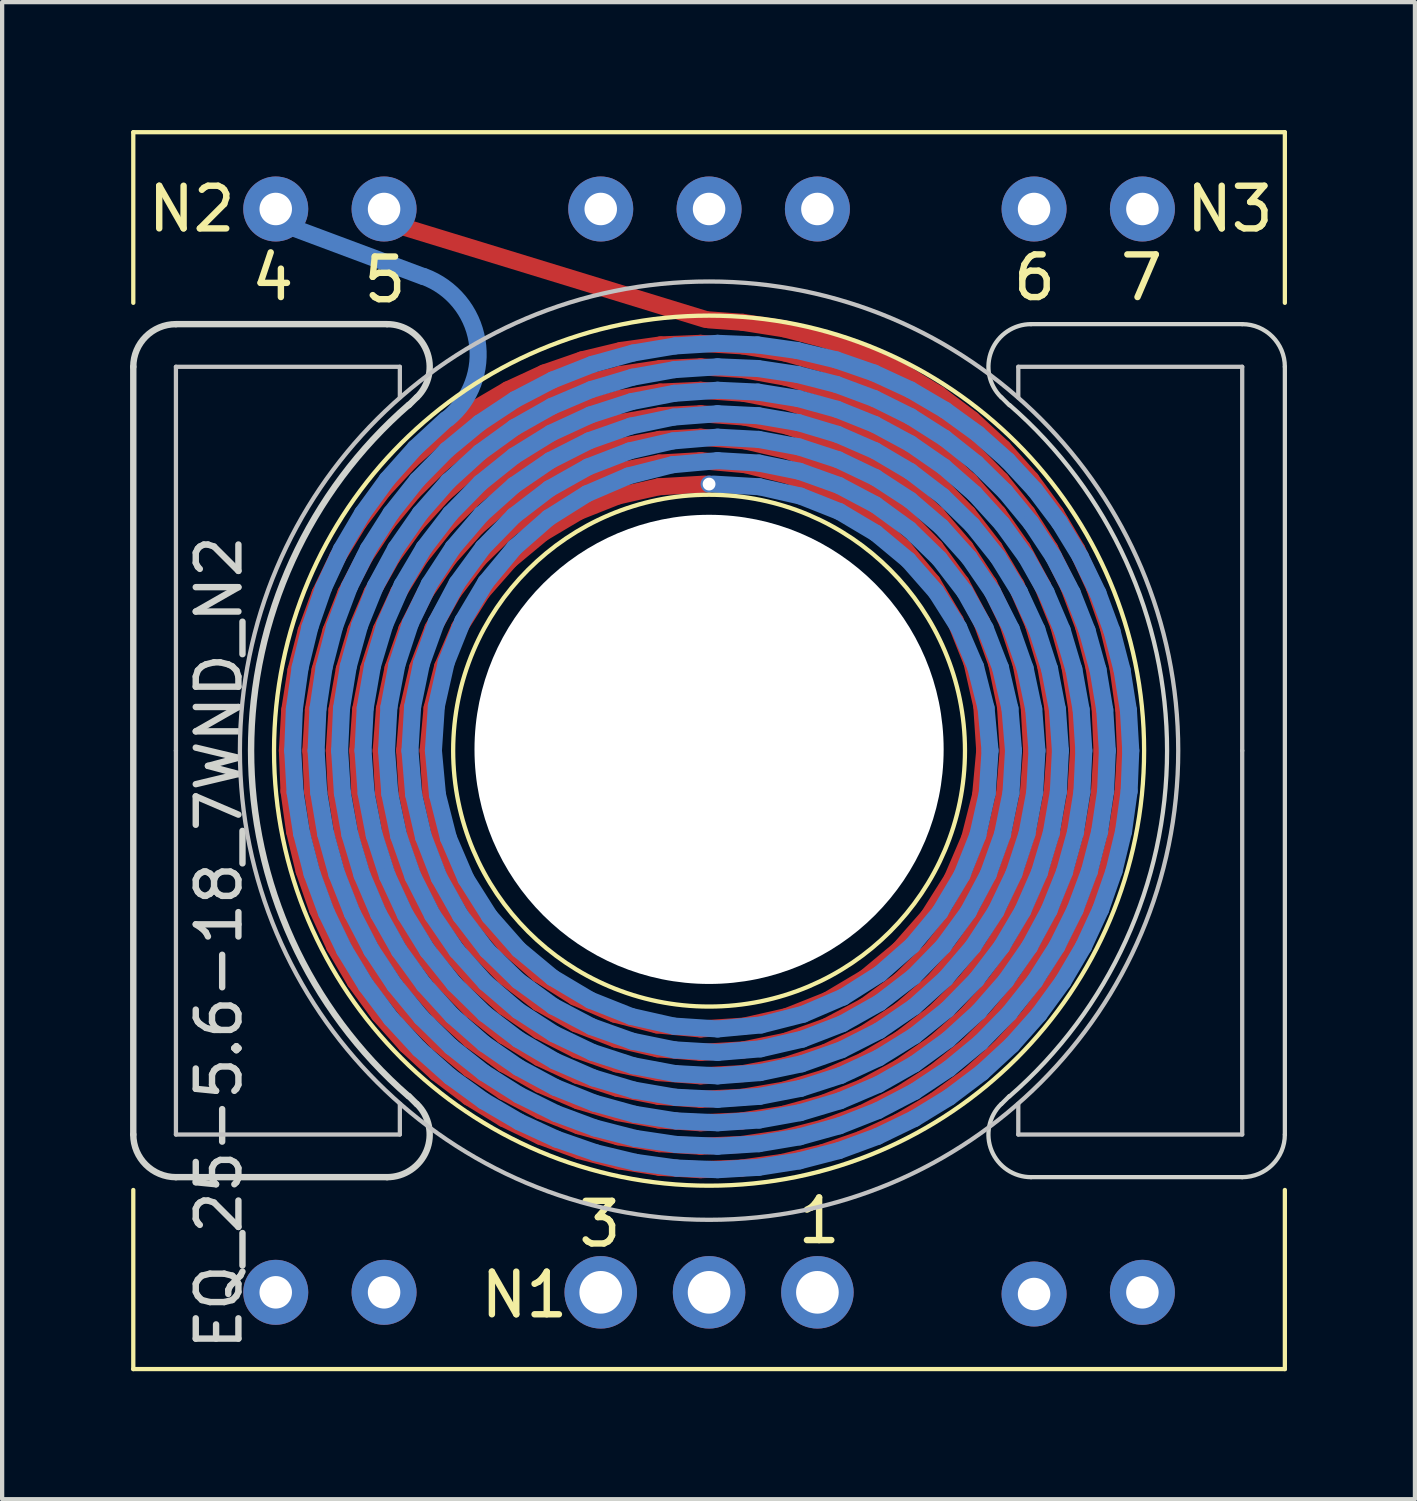
<source format=kicad_pcb>
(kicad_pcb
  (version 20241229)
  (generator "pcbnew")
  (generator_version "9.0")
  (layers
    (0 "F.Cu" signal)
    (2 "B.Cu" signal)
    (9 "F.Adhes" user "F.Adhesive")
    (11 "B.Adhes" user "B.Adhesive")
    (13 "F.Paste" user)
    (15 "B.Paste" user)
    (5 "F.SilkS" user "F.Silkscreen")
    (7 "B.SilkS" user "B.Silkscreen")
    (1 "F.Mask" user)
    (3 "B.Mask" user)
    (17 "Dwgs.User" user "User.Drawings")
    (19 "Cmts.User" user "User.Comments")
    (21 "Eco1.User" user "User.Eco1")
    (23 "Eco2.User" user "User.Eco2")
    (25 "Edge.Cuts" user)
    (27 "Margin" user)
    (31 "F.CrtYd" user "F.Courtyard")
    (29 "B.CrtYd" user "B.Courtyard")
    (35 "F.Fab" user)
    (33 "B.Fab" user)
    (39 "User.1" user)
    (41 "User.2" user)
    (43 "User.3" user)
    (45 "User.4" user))
  (footprint "EQ_25-5.6-18_7WND_N2"
    (layer "F.Cu")
    (at 13.575 14.55)
    (property "Reference" "EQ_25-5.6-18_7WND_N2" (at -11.49 4.5 90) (layer "Edge.Cuts") (effects (font (size 1 1) (thickness 0.15))))
    (attr through_hole)
    (fp_line (start -9.887 0) (end -9.849 0.95) (stroke (width 0.4) (type solid)) (layer "F.Cu"))
    (fp_line (start -9.849 0.95) (end -9.718 1.893) (stroke (width 0.4) (type solid)) (layer "F.Cu"))
    (fp_line (start -9.832 -0.949) (end -9.887 0) (stroke (width 0.4) (type solid)) (layer "F.Cu"))
    (fp_line (start -9.718 1.893) (end -9.495 2.82) (stroke (width 0.4) (type solid)) (layer "F.Cu"))
    (fp_line (start -9.684 -1.887) (end -9.832 -0.949) (stroke (width 0.4) (type solid)) (layer "F.Cu"))
    (fp_line (start -9.495 2.82) (end -9.182 3.72) (stroke (width 0.4) (type solid)) (layer "F.Cu"))
    (fp_line (start -9.446 -2.805) (end -9.684 -1.887) (stroke (width 0.4) (type solid)) (layer "F.Cu"))
    (fp_line (start -9.338 0) (end -9.297 0.956) (stroke (width 0.4) (type solid)) (layer "F.Cu"))
    (fp_line (start -9.297 0.956) (end -9.156 1.904) (stroke (width 0.4) (type solid)) (layer "F.Cu"))
    (fp_line (start -9.278 -0.954) (end -9.338 0) (stroke (width 0.4) (type solid)) (layer "F.Cu"))
    (fp_line (start -9.182 3.72) (end -8.782 4.587) (stroke (width 0.4) (type solid)) (layer "F.Cu"))
    (fp_line (start -9.156 1.904) (end -8.916 2.832) (stroke (width 0.4) (type solid)) (layer "F.Cu"))
    (fp_line (start -9.12 -1.896) (end -9.278 -0.954) (stroke (width 0.4) (type solid)) (layer "F.Cu"))
    (fp_line (start -9.118 -3.694) (end -9.446 -2.805) (stroke (width 0.4) (type solid)) (layer "F.Cu"))
    (fp_line (start -8.916 2.832) (end -8.581 3.731) (stroke (width 0.4) (type solid)) (layer "F.Cu"))
    (fp_line (start -8.864 -2.815) (end -9.12 -1.896) (stroke (width 0.4) (type solid)) (layer "F.Cu"))
    (fp_line (start -8.787 0) (end -8.743 0.963) (stroke (width 0.4) (type solid)) (layer "F.Cu"))
    (fp_line (start -8.782 4.587) (end -8.298 5.411) (stroke (width 0.4) (type solid)) (layer "F.Cu"))
    (fp_line (start -8.743 0.963) (end -8.591 1.915) (stroke (width 0.4) (type solid)) (layer "F.Cu"))
    (fp_line (start -8.724 -0.96) (end -8.787 0) (stroke (width 0.4) (type solid)) (layer "F.Cu"))
    (fp_line (start -8.706 -4.546) (end -9.118 -3.694) (stroke (width 0.4) (type solid)) (layer "F.Cu"))
    (fp_line (start -8.591 1.915) (end -8.333 2.846) (stroke (width 0.4) (type solid)) (layer "F.Cu"))
    (fp_line (start -8.581 3.731) (end -8.153 4.592) (stroke (width 0.4) (type solid)) (layer "F.Cu"))
    (fp_line (start -8.553 -1.907) (end -8.724 -0.96) (stroke (width 0.4) (type solid)) (layer "F.Cu"))
    (fp_line (start -8.514 -3.702) (end -8.864 -2.815) (stroke (width 0.4) (type solid)) (layer "F.Cu"))
    (fp_line (start -8.333 2.846) (end -7.972 3.743) (stroke (width 0.4) (type solid)) (layer "F.Cu"))
    (fp_line (start -8.298 5.411) (end -7.735 6.184) (stroke (width 0.4) (type solid)) (layer "F.Cu"))
    (fp_line (start -8.278 -2.827) (end -8.553 -1.907) (stroke (width 0.4) (type solid)) (layer "F.Cu"))
    (fp_line (start -8.238 0) (end -8.189 0.97) (stroke (width 0.4) (type solid)) (layer "F.Cu"))
    (fp_line (start -8.212 -5.353) (end -8.706 -4.546) (stroke (width 0.4) (type solid)) (layer "F.Cu"))
    (fp_line (start -8.189 0.97) (end -8.024 1.929) (stroke (width 0.4) (type solid)) (layer "F.Cu"))
    (fp_line (start -8.168 -0.968) (end -8.238 0) (stroke (width 0.4) (type solid)) (layer "F.Cu"))
    (fp_line (start -8.153 4.592) (end -7.637 5.403) (stroke (width 0.4) (type solid)) (layer "F.Cu"))
    (fp_line (start -8.074 -4.546) (end -8.514 -3.702) (stroke (width 0.4) (type solid)) (layer "F.Cu"))
    (fp_line (start -8.024 1.929) (end -7.745 2.861) (stroke (width 0.4) (type solid)) (layer "F.Cu"))
    (fp_line (start -7.983 -1.918) (end -8.168 -0.968) (stroke (width 0.4) (type solid)) (layer "F.Cu"))
    (fp_line (start -7.972 3.743) (end -7.513 4.595) (stroke (width 0.4) (type solid)) (layer "F.Cu"))
    (fp_line (start -7.902 -3.709) (end -8.278 -2.827) (stroke (width 0.4) (type solid)) (layer "F.Cu"))
    (fp_line (start -7.745 2.861) (end -7.354 3.755) (stroke (width 0.4) (type solid)) (layer "F.Cu"))
    (fp_line (start -7.735 6.184) (end -7.099 6.899) (stroke (width 0.4) (type solid)) (layer "F.Cu"))
    (fp_line (start -7.688 0) (end -7.635 0.979) (stroke (width 0.4) (type solid)) (layer "F.Cu"))
    (fp_line (start -7.686 -2.839) (end -7.983 -1.918) (stroke (width 0.4) (type solid)) (layer "F.Cu"))
    (fp_line (start -7.642 -6.108) (end -8.212 -5.353) (stroke (width 0.4) (type solid)) (layer "F.Cu"))
    (fp_line (start -7.637 5.403) (end -7.038 6.157) (stroke (width 0.4) (type solid)) (layer "F.Cu"))
    (fp_line (start -7.635 0.979) (end -7.455 1.944) (stroke (width 0.4) (type solid)) (layer "F.Cu"))
    (fp_line (start -7.612 -0.976) (end -7.688 0) (stroke (width 0.4) (type solid)) (layer "F.Cu"))
    (fp_line (start -7.548 -5.339) (end -8.074 -4.546) (stroke (width 0.4) (type solid)) (layer "F.Cu"))
    (fp_line (start -7.513 4.595) (end -6.96 5.391) (stroke (width 0.4) (type solid)) (layer "F.Cu"))
    (fp_line (start -7.455 1.944) (end -7.149 2.878) (stroke (width 0.4) (type solid)) (layer "F.Cu"))
    (fp_line (start -7.43 -4.543) (end -7.902 -3.709) (stroke (width 0.4) (type solid)) (layer "F.Cu"))
    (fp_line (start -7.41 -1.932) (end -7.612 -0.976) (stroke (width 0.4) (type solid)) (layer "F.Cu"))
    (fp_line (start -7.354 3.755) (end -6.858 4.596) (stroke (width 0.4) (type solid)) (layer "F.Cu"))
    (fp_line (start -7.279 -3.716) (end -7.686 -2.839) (stroke (width 0.4) (type solid)) (layer "F.Cu"))
    (fp_line (start -7.149 2.878) (end -6.724 3.767) (stroke (width 0.4) (type solid)) (layer "F.Cu"))
    (fp_line (start -7.138 0) (end -7.079 0.989) (stroke (width 0.4) (type solid)) (layer "F.Cu"))
    (fp_line (start -7.099 6.899) (end -6.395 7.548) (stroke (width 0.4) (type solid)) (layer "F.Cu"))
    (fp_line (start -7.086 -2.852) (end -7.41 -1.932) (stroke (width 0.4) (type solid)) (layer "F.Cu"))
    (fp_line (start -7.079 0.989) (end -6.88 1.962) (stroke (width 0.4) (type solid)) (layer "F.Cu"))
    (fp_line (start -7.055 -0.986) (end -7.138 0) (stroke (width 0.4) (type solid)) (layer "F.Cu"))
    (fp_line (start -7.038 6.157) (end -6.363 6.845) (stroke (width 0.4) (type solid)) (layer "F.Cu"))
    (fp_line (start -7.001 -6.801) (end -7.642 -6.108) (stroke (width 0.4) (type solid)) (layer "F.Cu"))
    (fp_line (start -6.96 5.391) (end -6.321 6.121) (stroke (width 0.4) (type solid)) (layer "F.Cu"))
    (fp_line (start -6.943 -6.071) (end -7.548 -5.339) (stroke (width 0.4) (type solid)) (layer "F.Cu"))
    (fp_line (start -6.88 1.962) (end -6.545 2.898) (stroke (width 0.4) (type solid)) (layer "F.Cu"))
    (fp_line (start -6.868 -5.317) (end -7.43 -4.543) (stroke (width 0.4) (type solid)) (layer "F.Cu"))
    (fp_line (start -6.858 4.596) (end -6.264 5.372) (stroke (width 0.4) (type solid)) (layer "F.Cu"))
    (fp_line (start -6.832 -1.947) (end -7.055 -0.986) (stroke (width 0.4) (type solid)) (layer "F.Cu"))
    (fp_line (start -6.771 -4.536) (end -7.279 -3.716) (stroke (width 0.4) (type solid)) (layer "F.Cu"))
    (fp_line (start -6.724 3.767) (end -6.186 4.593) (stroke (width 0.4) (type solid)) (layer "F.Cu"))
    (fp_line (start -6.645 -3.721) (end -7.086 -2.852) (stroke (width 0.4) (type solid)) (layer "F.Cu"))
    (fp_line (start -6.588 0) (end -6.522 1.001) (stroke (width 0.4) (type solid)) (layer "F.Cu"))
    (fp_line (start -6.545 2.898) (end -6.078 3.778) (stroke (width 0.4) (type solid)) (layer "F.Cu"))
    (fp_line (start -6.522 1.001) (end -6.301 1.982) (stroke (width 0.4) (type solid)) (layer "F.Cu"))
    (fp_line (start -6.495 -0.997) (end -6.588 0) (stroke (width 0.4) (type solid)) (layer "F.Cu"))
    (fp_line (start -6.476 -2.866) (end -6.832 -1.947) (stroke (width 0.4) (type solid)) (layer "F.Cu"))
    (fp_line (start -6.395 7.548) (end -5.63 8.126) (stroke (width 0.4) (type solid)) (layer "F.Cu"))
    (fp_line (start -6.363 6.845) (end -5.619 7.459) (stroke (width 0.4) (type solid)) (layer "F.Cu"))
    (fp_line (start -6.321 6.121) (end -5.603 6.775) (stroke (width 0.4) (type solid)) (layer "F.Cu"))
    (fp_line (start -6.301 1.982) (end -5.928 2.919) (stroke (width 0.4) (type solid)) (layer "F.Cu"))
    (fp_line (start -6.297 -7.429) (end -7.001 -6.801) (stroke (width 0.4) (type solid)) (layer "F.Cu"))
    (fp_line (start -6.265 -6.736) (end -6.943 -6.071) (stroke (width 0.4) (type solid)) (layer "F.Cu"))
    (fp_line (start -6.264 5.372) (end -5.579 6.072) (stroke (width 0.4) (type solid)) (layer "F.Cu"))
    (fp_line (start -6.249 -1.965) (end -6.495 -0.997) (stroke (width 0.4) (type solid)) (layer "F.Cu"))
    (fp_line (start -6.224 -6.024) (end -6.868 -5.317) (stroke (width 0.4) (type solid)) (layer "F.Cu"))
    (fp_line (start -6.186 4.593) (end -5.543 5.343) (stroke (width 0.4) (type solid)) (layer "F.Cu"))
    (fp_line (start -6.169 -5.288) (end -6.771 -4.536) (stroke (width 0.4) (type solid)) (layer "F.Cu"))
    (fp_line (start -6.095 -4.523) (end -6.645 -3.721) (stroke (width 0.4) (type solid)) (layer "F.Cu"))
    (fp_line (start -6.078 3.778) (end -5.49 4.584) (stroke (width 0.4) (type solid)) (layer "F.Cu"))
    (fp_line (start -5.994 -3.724) (end -6.476 -2.866) (stroke (width 0.4) (type solid)) (layer "F.Cu"))
    (fp_line (start -5.928 2.919) (end -5.412 3.787) (stroke (width 0.4) (type solid)) (layer "F.Cu"))
    (fp_line (start -5.855 -2.881) (end -6.249 -1.965) (stroke (width 0.4) (type solid)) (layer "F.Cu"))
    (fp_line (start -5.63 8.126) (end -4.811 8.627) (stroke (width 0.4) (type solid)) (layer "F.Cu"))
    (fp_line (start -5.619 7.459) (end -4.815 7.993) (stroke (width 0.4) (type solid)) (layer "F.Cu"))
    (fp_line (start -5.603 6.775) (end -4.816 7.346) (stroke (width 0.4) (type solid)) (layer "F.Cu"))
    (fp_line (start -5.579 6.072) (end -4.814 6.684) (stroke (width 0.4) (type solid)) (layer "F.Cu"))
    (fp_line (start -5.543 5.343) (end -4.807 6.004) (stroke (width 0.4) (type solid)) (layer "F.Cu"))
    (fp_line (start -5.534 -7.983) (end -6.297 -7.429) (stroke (width 0.4) (type solid)) (layer "F.Cu"))
    (fp_line (start -5.522 -7.326) (end -6.265 -6.736) (stroke (width 0.4) (type solid)) (layer "F.Cu"))
    (fp_line (start -5.505 -6.653) (end -6.224 -6.024) (stroke (width 0.4) (type solid)) (layer "F.Cu"))
    (fp_line (start -5.49 4.584) (end -4.792 5.3) (stroke (width 0.4) (type solid)) (layer "F.Cu"))
    (fp_line (start -5.481 -5.961) (end -6.169 -5.288) (stroke (width 0.4) (type solid)) (layer "F.Cu"))
    (fp_line (start -5.446 -5.246) (end -6.095 -4.523) (stroke (width 0.4) (type solid)) (layer "F.Cu"))
    (fp_line (start -5.412 3.787) (end -4.765 4.565) (stroke (width 0.4) (type solid)) (layer "F.Cu"))
    (fp_line (start -5.396 -4.502) (end -5.994 -3.724) (stroke (width 0.4) (type solid)) (layer "F.Cu"))
    (fp_line (start -5.323 -3.722) (end -5.855 -2.881) (stroke (width 0.4) (type solid)) (layer "F.Cu"))
    (fp_line (start -4.816 7.346) (end -3.969 7.826) (stroke (width 0.4) (type solid)) (layer "F.Cu"))
    (fp_line (start -4.815 7.993) (end -3.958 8.44) (stroke (width 0.4) (type solid)) (layer "F.Cu"))
    (fp_line (start -4.814 6.684) (end -3.979 7.201) (stroke (width 0.4) (type solid)) (layer "F.Cu"))
    (fp_line (start -4.811 8.627) (end -3.947 9.045) (stroke (width 0.4) (type solid)) (layer "F.Cu"))
    (fp_line (start -4.807 6.004) (end -3.99 6.564) (stroke (width 0.4) (type solid)) (layer "F.Cu"))
    (fp_line (start -4.792 5.3) (end -3.998 5.91) (stroke (width 0.4) (type solid)) (layer "F.Cu"))
    (fp_line (start -4.765 4.565) (end -4.003 5.234) (stroke (width 0.4) (type solid)) (layer "F.Cu"))
    (fp_line (start -4.723 -7.834) (end -5.522 -7.326) (stroke (width 0.4) (type solid)) (layer "F.Cu"))
    (fp_line (start -4.722 -8.46) (end -5.534 -7.983) (stroke (width 0.4) (type solid)) (layer "F.Cu"))
    (fp_line (start -4.722 -7.196) (end -5.505 -6.653) (stroke (width 0.4) (type solid)) (layer "F.Cu"))
    (fp_line (start -4.718 -6.545) (end -5.481 -5.961) (stroke (width 0.4) (type solid)) (layer "F.Cu"))
    (fp_line (start -4.709 -5.877) (end -5.446 -5.246) (stroke (width 0.4) (type solid)) (layer "F.Cu"))
    (fp_line (start -4.694 -5.186) (end -5.396 -4.502) (stroke (width 0.4) (type solid)) (layer "F.Cu"))
    (fp_line (start -4.668 -4.468) (end -5.323 -3.722) (stroke (width 0.4) (type solid)) (layer "F.Cu"))
    (fp_line (start -4.003 5.234) (end -3.144 5.777) (stroke (width 0.4) (type solid)) (layer "F.Cu"))
    (fp_line (start -3.998 5.91) (end -3.123 6.402) (stroke (width 0.4) (type solid)) (layer "F.Cu"))
    (fp_line (start -3.99 6.564) (end -3.105 7.013) (stroke (width 0.4) (type solid)) (layer "F.Cu"))
    (fp_line (start -3.979 7.201) (end -3.088 7.614) (stroke (width 0.4) (type solid)) (layer "F.Cu"))
    (fp_line (start -3.969 7.826) (end -3.072 8.208) (stroke (width 0.4) (type solid)) (layer "F.Cu"))
    (fp_line (start -3.958 8.44) (end -3.058 8.795) (stroke (width 0.4) (type solid)) (layer "F.Cu"))
    (fp_line (start -3.947 9.045) (end -3.045 9.377) (stroke (width 0.4) (type solid)) (layer "F.Cu"))
    (fp_line (start -3.906 -5.101) (end -4.668 -4.468) (stroke (width 0.4) (type solid)) (layer "F.Cu"))
    (fp_line (start -3.903 -5.763) (end -4.694 -5.186) (stroke (width 0.4) (type solid)) (layer "F.Cu"))
    (fp_line (start -3.898 -6.405) (end -4.709 -5.877) (stroke (width 0.4) (type solid)) (layer "F.Cu"))
    (fp_line (start -3.891 -7.033) (end -4.718 -6.545) (stroke (width 0.4) (type solid)) (layer "F.Cu"))
    (fp_line (start -3.883 -7.649) (end -4.722 -7.196) (stroke (width 0.4) (type solid)) (layer "F.Cu"))
    (fp_line (start -3.876 -8.255) (end -4.723 -7.834) (stroke (width 0.4) (type solid)) (layer "F.Cu"))
    (fp_line (start -3.868 -8.855) (end -4.722 -8.46) (stroke (width 0.4) (type solid)) (layer "F.Cu"))
    (fp_line (start -3.144 5.777) (end -2.208 6.179) (stroke (width 0.4) (type solid)) (layer "F.Cu"))
    (fp_line (start -3.123 6.402) (end -2.186 6.764) (stroke (width 0.4) (type solid)) (layer "F.Cu"))
    (fp_line (start -3.105 7.013) (end -2.168 7.343) (stroke (width 0.4) (type solid)) (layer "F.Cu"))
    (fp_line (start -3.088 7.614) (end -2.151 7.917) (stroke (width 0.4) (type solid)) (layer "F.Cu"))
    (fp_line (start -3.072 8.208) (end -2.137 8.487) (stroke (width 0.4) (type solid)) (layer "F.Cu"))
    (fp_line (start -3.058 8.795) (end -2.125 9.054) (stroke (width 0.4) (type solid)) (layer "F.Cu"))
    (fp_line (start -3.056 -5.606) (end -3.906 -5.101) (stroke (width 0.4) (type solid)) (layer "F.Cu"))
    (fp_line (start -3.045 9.377) (end -2.113 9.619) (stroke (width 0.4) (type solid)) (layer "F.Cu"))
    (fp_line (start -3.04 -6.22) (end -3.903 -5.763) (stroke (width 0.4) (type solid)) (layer "F.Cu"))
    (fp_line (start -3.026 -6.822) (end -3.898 -6.405) (stroke (width 0.4) (type solid)) (layer "F.Cu"))
    (fp_line (start -3.013 -7.416) (end -3.891 -7.033) (stroke (width 0.4) (type solid)) (layer "F.Cu"))
    (fp_line (start -3.001 -8.004) (end -3.883 -7.649) (stroke (width 0.4) (type solid)) (layer "F.Cu"))
    (fp_line (start -2.99 -8.586) (end -3.876 -8.255) (stroke (width 0.4) (type solid)) (layer "F.Cu"))
    (fp_line (start -2.98 -9.163) (end -3.868 -8.855) (stroke (width 0.4) (type solid)) (layer "F.Cu"))
    (fp_line (start -2.208 6.179) (end -1.219 6.431) (stroke (width 0.4) (type solid)) (layer "F.Cu"))
    (fp_line (start -2.186 6.764) (end -1.205 6.991) (stroke (width 0.4) (type solid)) (layer "F.Cu"))
    (fp_line (start -2.168 7.343) (end -1.194 7.548) (stroke (width 0.4) (type solid)) (layer "F.Cu"))
    (fp_line (start -2.151 7.917) (end -1.184 8.105) (stroke (width 0.4) (type solid)) (layer "F.Cu"))
    (fp_line (start -2.14 -5.97) (end -3.056 -5.606) (stroke (width 0.4) (type solid)) (layer "F.Cu"))
    (fp_line (start -2.137 8.487) (end -1.176 8.66) (stroke (width 0.4) (type solid)) (layer "F.Cu"))
    (fp_line (start -2.125 9.054) (end -1.169 9.215) (stroke (width 0.4) (type solid)) (layer "F.Cu"))
    (fp_line (start -2.123 -6.549) (end -3.04 -6.22) (stroke (width 0.4) (type solid)) (layer "F.Cu"))
    (fp_line (start -2.113 9.619) (end -1.162 9.769) (stroke (width 0.4) (type solid)) (layer "F.Cu"))
    (fp_line (start -2.108 -7.122) (end -3.026 -6.822) (stroke (width 0.4) (type solid)) (layer "F.Cu"))
    (fp_line (start -2.096 -7.691) (end -3.013 -7.416) (stroke (width 0.4) (type solid)) (layer "F.Cu"))
    (fp_line (start -2.085 -8.257) (end -3.001 -8.004) (stroke (width 0.4) (type solid)) (layer "F.Cu"))
    (fp_line (start -2.075 -8.821) (end -2.99 -8.586) (stroke (width 0.4) (type solid)) (layer "F.Cu"))
    (fp_line (start -2.066 -9.383) (end -2.98 -9.163) (stroke (width 0.4) (type solid)) (layer "F.Cu"))
    (fp_line (start -1.219 6.431) (end -0.2 6.525) (stroke (width 0.4) (type solid)) (layer "F.Cu"))
    (fp_line (start -1.205 6.991) (end -0.2 7.075) (stroke (width 0.4) (type solid)) (layer "F.Cu"))
    (fp_line (start -1.194 7.548) (end -0.2 7.625) (stroke (width 0.4) (type solid)) (layer "F.Cu"))
    (fp_line (start -1.184 8.105) (end -0.2 8.175) (stroke (width 0.4) (type solid)) (layer "F.Cu"))
    (fp_line (start -1.18 -6.187) (end -2.14 -5.97) (stroke (width 0.4) (type solid)) (layer "F.Cu"))
    (fp_line (start -1.176 8.66) (end -0.2 8.725) (stroke (width 0.4) (type solid)) (layer "F.Cu"))
    (fp_line (start -1.17 -6.743) (end -2.123 -6.549) (stroke (width 0.4) (type solid)) (layer "F.Cu"))
    (fp_line (start -1.169 9.215) (end -0.2 9.275) (stroke (width 0.4) (type solid)) (layer "F.Cu"))
    (fp_line (start -1.162 9.769) (end -0.2 9.825) (stroke (width 0.4) (type solid)) (layer "F.Cu"))
    (fp_line (start -1.161 -7.298) (end -2.108 -7.122) (stroke (width 0.4) (type solid)) (layer "F.Cu"))
    (fp_line (start -1.154 -7.853) (end -2.096 -7.691) (stroke (width 0.4) (type solid)) (layer "F.Cu"))
    (fp_line (start -1.147 -8.407) (end -2.085 -8.257) (stroke (width 0.4) (type solid)) (layer "F.Cu"))
    (fp_line (start -1.142 -8.96) (end -2.075 -8.821) (stroke (width 0.4) (type solid)) (layer "F.Cu"))
    (fp_line (start -1.137 -9.513) (end -2.066 -9.383) (stroke (width 0.4) (type solid)) (layer "F.Cu"))
    (fp_line (start -0.2 -9.55) (end -1.137 -9.513) (stroke (width 0.4) (type solid)) (layer "F.Cu"))
    (fp_line (start -0.2 -9) (end -1.142 -8.96) (stroke (width 0.4) (type solid)) (layer "F.Cu"))
    (fp_line (start -0.2 -8.45) (end -1.147 -8.407) (stroke (width 0.4) (type solid)) (layer "F.Cu"))
    (fp_line (start -0.2 -7.9) (end -1.154 -7.853) (stroke (width 0.4) (type solid)) (layer "F.Cu"))
    (fp_line (start -0.2 -7.35) (end -1.161 -7.298) (stroke (width 0.4) (type solid)) (layer "F.Cu"))
    (fp_line (start -0.2 -6.8) (end -1.17 -6.743) (stroke (width 0.4) (type solid)) (layer "F.Cu"))
    (fp_line (start -0.2 6.525) (end 0.823 6.458) (stroke (width 0.4) (type solid)) (layer "F.Cu"))
    (fp_line (start -0.2 7.075) (end 0.809 7.015) (stroke (width 0.4) (type solid)) (layer "F.Cu"))
    (fp_line (start -0.2 7.625) (end 0.797 7.571) (stroke (width 0.4) (type solid)) (layer "F.Cu"))
    (fp_line (start -0.2 8.175) (end 0.787 8.126) (stroke (width 0.4) (type solid)) (layer "F.Cu"))
    (fp_line (start -0.2 8.725) (end 0.778 8.68) (stroke (width 0.4) (type solid)) (layer "F.Cu"))
    (fp_line (start -0.2 9.275) (end 0.77 9.233) (stroke (width 0.4) (type solid)) (layer "F.Cu"))
    (fp_line (start -0.2 9.825) (end 0.764 9.786) (stroke (width 0.4) (type solid)) (layer "F.Cu"))
    (fp_line (start -0.1 -6.25) (end -1.18 -6.187) (stroke (width 0.4) (type solid)) (layer "F.Cu"))
    (fp_line (start -0.08 -10.11) (end -7.27 -12.31) (stroke (width 0.4) (type solid)) (layer "F.Cu"))
    (fp_line (start 0.764 9.786) (end 1.72 9.653) (stroke (width 0.4) (type solid)) (layer "F.Cu"))
    (fp_line (start 0.77 9.233) (end 1.732 9.09) (stroke (width 0.4) (type solid)) (layer "F.Cu"))
    (fp_line (start 0.778 8.68) (end 1.746 8.525) (stroke (width 0.4) (type solid)) (layer "F.Cu"))
    (fp_line (start 0.787 8.126) (end 1.761 7.958) (stroke (width 0.4) (type solid)) (layer "F.Cu"))
    (fp_line (start 0.789 -10.043) (end 0 -10.1) (stroke (width 0.4) (type solid)) (layer "F.Cu"))
    (fp_line (start 0.797 7.571) (end 1.779 7.387) (stroke (width 0.4) (type solid)) (layer "F.Cu"))
    (fp_line (start 0.797 -9.489) (end -0.2 -9.55) (stroke (width 0.4) (type solid)) (layer "F.Cu"))
    (fp_line (start 0.807 -8.934) (end -0.2 -9) (stroke (width 0.4) (type solid)) (layer "F.Cu"))
    (fp_line (start 0.809 7.015) (end 1.8 6.812) (stroke (width 0.4) (type solid)) (layer "F.Cu"))
    (fp_line (start 0.817 -8.378) (end -0.2 -8.45) (stroke (width 0.4) (type solid)) (layer "F.Cu"))
    (fp_line (start 0.823 6.458) (end 1.825 6.232) (stroke (width 0.4) (type solid)) (layer "F.Cu"))
    (fp_line (start 0.83 -7.821) (end -0.2 -7.9) (stroke (width 0.4) (type solid)) (layer "F.Cu"))
    (fp_line (start 0.844 -7.263) (end -0.2 -7.35) (stroke (width 0.4) (type solid)) (layer "F.Cu"))
    (fp_line (start 0.862 -6.703) (end -0.2 -6.8) (stroke (width 0.4) (type solid)) (layer "F.Cu"))
    (fp_line (start 1.72 9.653) (end 2.66 9.427) (stroke (width 0.4) (type solid)) (layer "F.Cu"))
    (fp_line (start 1.732 9.09) (end 2.675 8.847) (stroke (width 0.4) (type solid)) (layer "F.Cu"))
    (fp_line (start 1.746 8.525) (end 2.691 8.263) (stroke (width 0.4) (type solid)) (layer "F.Cu"))
    (fp_line (start 1.761 7.958) (end 2.71 7.673) (stroke (width 0.4) (type solid)) (layer "F.Cu"))
    (fp_line (start 1.767 -9.889) (end 0.789 -10.043) (stroke (width 0.4) (type solid)) (layer "F.Cu"))
    (fp_line (start 1.779 7.387) (end 2.731 7.076) (stroke (width 0.4) (type solid)) (layer "F.Cu"))
    (fp_line (start 1.782 -9.323) (end 0.797 -9.489) (stroke (width 0.4) (type solid)) (layer "F.Cu"))
    (fp_line (start 1.798 -8.755) (end 0.807 -8.934) (stroke (width 0.4) (type solid)) (layer "F.Cu"))
    (fp_line (start 1.8 6.812) (end 2.755 6.47) (stroke (width 0.4) (type solid)) (layer "F.Cu"))
    (fp_line (start 1.817 -8.184) (end 0.817 -8.378) (stroke (width 0.4) (type solid)) (layer "F.Cu"))
    (fp_line (start 1.825 6.232) (end 2.781 5.851) (stroke (width 0.4) (type solid)) (layer "F.Cu"))
    (fp_line (start 1.839 -7.609) (end 0.83 -7.821) (stroke (width 0.4) (type solid)) (layer "F.Cu"))
    (fp_line (start 1.864 -7.028) (end 0.844 -7.263) (stroke (width 0.4) (type solid)) (layer "F.Cu"))
    (fp_line (start 1.893 -6.441) (end 0.862 -6.703) (stroke (width 0.4) (type solid)) (layer "F.Cu"))
    (fp_line (start 2.66 9.427) (end 3.573 9.109) (stroke (width 0.4) (type solid)) (layer "F.Cu"))
    (fp_line (start 2.675 8.847) (end 3.587 8.507) (stroke (width 0.4) (type solid)) (layer "F.Cu"))
    (fp_line (start 2.691 8.263) (end 3.603 7.896) (stroke (width 0.4) (type solid)) (layer "F.Cu"))
    (fp_line (start 2.71 7.673) (end 3.619 7.276) (stroke (width 0.4) (type solid)) (layer "F.Cu"))
    (fp_line (start 2.724 -9.64) (end 1.767 -9.889) (stroke (width 0.4) (type solid)) (layer "F.Cu"))
    (fp_line (start 2.731 7.076) (end 3.635 6.643) (stroke (width 0.4) (type solid)) (layer "F.Cu"))
    (fp_line (start 2.743 -9.056) (end 1.782 -9.323) (stroke (width 0.4) (type solid)) (layer "F.Cu"))
    (fp_line (start 2.755 6.47) (end 3.652 5.994) (stroke (width 0.4) (type solid)) (layer "F.Cu"))
    (fp_line (start 2.763 -8.467) (end 1.798 -8.755) (stroke (width 0.4) (type solid)) (layer "F.Cu"))
    (fp_line (start 2.781 5.851) (end 3.668 5.323) (stroke (width 0.4) (type solid)) (layer "F.Cu"))
    (fp_line (start 2.785 -7.871) (end 1.817 -8.184) (stroke (width 0.4) (type solid)) (layer "F.Cu"))
    (fp_line (start 2.81 -7.267) (end 1.839 -7.609) (stroke (width 0.4) (type solid)) (layer "F.Cu"))
    (fp_line (start 2.838 -6.652) (end 1.864 -7.028) (stroke (width 0.4) (type solid)) (layer "F.Cu"))
    (fp_line (start 2.868 -6.022) (end 1.893 -6.441) (stroke (width 0.4) (type solid)) (layer "F.Cu"))
    (fp_line (start 3.573 9.109) (end 4.452 8.703) (stroke (width 0.4) (type solid)) (layer "F.Cu"))
    (fp_line (start 3.587 8.507) (end 4.46 8.072) (stroke (width 0.4) (type solid)) (layer "F.Cu"))
    (fp_line (start 3.603 7.896) (end 4.468 7.429) (stroke (width 0.4) (type solid)) (layer "F.Cu"))
    (fp_line (start 3.619 7.276) (end 4.474 6.771) (stroke (width 0.4) (type solid)) (layer "F.Cu"))
    (fp_line (start 3.635 6.643) (end 4.477 6.095) (stroke (width 0.4) (type solid)) (layer "F.Cu"))
    (fp_line (start 3.652 -9.299) (end 2.724 -9.64) (stroke (width 0.4) (type solid)) (layer "F.Cu"))
    (fp_line (start 3.652 5.994) (end 4.474 5.394) (stroke (width 0.4) (type solid)) (layer "F.Cu"))
    (fp_line (start 3.668 5.323) (end 4.462 4.662) (stroke (width 0.4) (type solid)) (layer "F.Cu"))
    (fp_line (start 3.669 -8.691) (end 2.743 -9.056) (stroke (width 0.4) (type solid)) (layer "F.Cu"))
    (fp_line (start 3.688 -8.073) (end 2.763 -8.467) (stroke (width 0.4) (type solid)) (layer "F.Cu"))
    (fp_line (start 3.707 -7.445) (end 2.785 -7.871) (stroke (width 0.4) (type solid)) (layer "F.Cu"))
    (fp_line (start 3.727 -6.802) (end 2.81 -7.267) (stroke (width 0.4) (type solid)) (layer "F.Cu"))
    (fp_line (start 3.747 -6.141) (end 2.838 -6.652) (stroke (width 0.4) (type solid)) (layer "F.Cu"))
    (fp_line (start 3.765 -5.457) (end 2.868 -6.022) (stroke (width 0.4) (type solid)) (layer "F.Cu"))
    (fp_line (start 4.452 8.703) (end 5.287 8.212) (stroke (width 0.4) (type solid)) (layer "F.Cu"))
    (fp_line (start 4.46 8.072) (end 5.284 7.548) (stroke (width 0.4) (type solid)) (layer "F.Cu"))
    (fp_line (start 4.462 4.662) (end 5.146 3.884) (stroke (width 0.4) (type solid)) (layer "F.Cu"))
    (fp_line (start 4.468 7.429) (end 5.277 6.868) (stroke (width 0.4) (type solid)) (layer "F.Cu"))
    (fp_line (start 4.474 6.771) (end 5.263 6.167) (stroke (width 0.4) (type solid)) (layer "F.Cu"))
    (fp_line (start 4.474 5.394) (end 5.204 4.682) (stroke (width 0.4) (type solid)) (layer "F.Cu"))
    (fp_line (start 4.477 6.095) (end 5.24 5.44) (stroke (width 0.4) (type solid)) (layer "F.Cu"))
    (fp_line (start 4.541 -8.87) (end 3.652 -9.299) (stroke (width 0.4) (type solid)) (layer "F.Cu"))
    (fp_line (start 4.552 -8.231) (end 3.669 -8.691) (stroke (width 0.4) (type solid)) (layer "F.Cu"))
    (fp_line (start 4.56 -4.76) (end 3.765 -5.457) (stroke (width 0.4) (type solid)) (layer "F.Cu"))
    (fp_line (start 4.562 -7.579) (end 3.688 -8.073) (stroke (width 0.4) (type solid)) (layer "F.Cu"))
    (fp_line (start 4.57 -6.911) (end 3.707 -7.445) (stroke (width 0.4) (type solid)) (layer "F.Cu"))
    (fp_line (start 4.572 -5.508) (end 3.747 -6.141) (stroke (width 0.4) (type solid)) (layer "F.Cu"))
    (fp_line (start 4.574 -6.222) (end 3.727 -6.802) (stroke (width 0.4) (type solid)) (layer "F.Cu"))
    (fp_line (start 5.146 3.884) (end 5.7 3.006) (stroke (width 0.4) (type solid)) (layer "F.Cu"))
    (fp_line (start 5.204 4.682) (end 5.825 3.872) (stroke (width 0.4) (type solid)) (layer "F.Cu"))
    (fp_line (start 5.235 -3.948) (end 4.56 -4.76) (stroke (width 0.4) (type solid)) (layer "F.Cu"))
    (fp_line (start 5.24 5.44) (end 5.913 4.691) (stroke (width 0.4) (type solid)) (layer "F.Cu"))
    (fp_line (start 5.263 6.167) (end 5.974 5.47) (stroke (width 0.4) (type solid)) (layer "F.Cu"))
    (fp_line (start 5.277 6.868) (end 6.018 6.218) (stroke (width 0.4) (type solid)) (layer "F.Cu"))
    (fp_line (start 5.284 7.548) (end 6.049 6.94) (stroke (width 0.4) (type solid)) (layer "F.Cu"))
    (fp_line (start 5.287 8.212) (end 6.071 7.641) (stroke (width 0.4) (type solid)) (layer "F.Cu"))
    (fp_line (start 5.298 -4.764) (end 4.572 -5.508) (stroke (width 0.4) (type solid)) (layer "F.Cu"))
    (fp_line (start 5.338 -5.538) (end 4.574 -6.222) (stroke (width 0.4) (type solid)) (layer "F.Cu"))
    (fp_line (start 5.361 -6.277) (end 4.57 -6.911) (stroke (width 0.4) (type solid)) (layer "F.Cu"))
    (fp_line (start 5.375 -6.99) (end 4.562 -7.579) (stroke (width 0.4) (type solid)) (layer "F.Cu"))
    (fp_line (start 5.381 -7.682) (end 4.552 -8.231) (stroke (width 0.4) (type solid)) (layer "F.Cu"))
    (fp_line (start 5.383 -8.355) (end 4.541 -8.87) (stroke (width 0.4) (type solid)) (layer "F.Cu"))
    (fp_line (start 5.7 3.006) (end 6.11 2.05) (stroke (width 0.4) (type solid)) (layer "F.Cu"))
    (fp_line (start 5.773 -3.043) (end 5.235 -3.948) (stroke (width 0.4) (type solid)) (layer "F.Cu"))
    (fp_line (start 5.825 3.872) (end 6.327 2.981) (stroke (width 0.4) (type solid)) (layer "F.Cu"))
    (fp_line (start 5.91 -3.926) (end 5.298 -4.764) (stroke (width 0.4) (type solid)) (layer "F.Cu"))
    (fp_line (start 5.913 4.691) (end 6.483 3.858) (stroke (width 0.4) (type solid)) (layer "F.Cu"))
    (fp_line (start 5.974 5.47) (end 6.598 4.692) (stroke (width 0.4) (type solid)) (layer "F.Cu"))
    (fp_line (start 6.004 -4.76) (end 5.338 -5.538) (stroke (width 0.4) (type solid)) (layer "F.Cu"))
    (fp_line (start 6.018 6.218) (end 6.683 5.489) (stroke (width 0.4) (type solid)) (layer "F.Cu"))
    (fp_line (start 6.049 6.94) (end 6.747 6.255) (stroke (width 0.4) (type solid)) (layer "F.Cu"))
    (fp_line (start 6.069 -5.554) (end 5.361 -6.277) (stroke (width 0.4) (type solid)) (layer "F.Cu"))
    (fp_line (start 6.071 7.641) (end 6.796 6.996) (stroke (width 0.4) (type solid)) (layer "F.Cu"))
    (fp_line (start 6.11 2.05) (end 6.367 1.04) (stroke (width 0.4) (type solid)) (layer "F.Cu"))
    (fp_line (start 6.115 -6.315) (end 5.375 -6.99) (stroke (width 0.4) (type solid)) (layer "F.Cu"))
    (fp_line (start 6.147 -7.049) (end 5.381 -7.682) (stroke (width 0.4) (type solid)) (layer "F.Cu"))
    (fp_line (start 6.163 -2.067) (end 5.773 -3.043) (stroke (width 0.4) (type solid)) (layer "F.Cu"))
    (fp_line (start 6.169 -7.761) (end 5.383 -8.355) (stroke (width 0.4) (type solid)) (layer "F.Cu"))
    (fp_line (start 6.327 2.981) (end 6.696 2.025) (stroke (width 0.4) (type solid)) (layer "F.Cu"))
    (fp_line (start 6.367 1.04) (end 6.463 0) (stroke (width 0.4) (type solid)) (layer "F.Cu"))
    (fp_line (start 6.394 -1.044) (end 6.163 -2.067) (stroke (width 0.4) (type solid)) (layer "F.Cu"))
    (fp_line (start 6.395 -3.012) (end 5.91 -3.926) (stroke (width 0.4) (type solid)) (layer "F.Cu"))
    (fp_line (start 6.463 0) (end 6.394 -1.044) (stroke (width 0.4) (type solid)) (layer "F.Cu"))
    (fp_line (start 6.483 3.858) (end 6.94 2.957) (stroke (width 0.4) (type solid)) (layer "F.Cu"))
    (fp_line (start 6.562 -3.904) (end 6.004 -4.76) (stroke (width 0.4) (type solid)) (layer "F.Cu"))
    (fp_line (start 6.598 4.692) (end 7.123 3.843) (stroke (width 0.4) (type solid)) (layer "F.Cu"))
    (fp_line (start 6.683 5.489) (end 7.263 4.689) (stroke (width 0.4) (type solid)) (layer "F.Cu"))
    (fp_line (start 6.685 -4.752) (end 6.069 -5.554) (stroke (width 0.4) (type solid)) (layer "F.Cu"))
    (fp_line (start 6.696 2.025) (end 6.927 1.025) (stroke (width 0.4) (type solid)) (layer "F.Cu"))
    (fp_line (start 6.744 -2.039) (end 6.395 -3.012) (stroke (width 0.4) (type solid)) (layer "F.Cu"))
    (fp_line (start 6.747 6.255) (end 7.37 5.5) (stroke (width 0.4) (type solid)) (layer "F.Cu"))
    (fp_line (start 6.775 -5.562) (end 6.115 -6.315) (stroke (width 0.4) (type solid)) (layer "F.Cu"))
    (fp_line (start 6.796 6.996) (end 7.455 6.282) (stroke (width 0.4) (type solid)) (layer "F.Cu"))
    (fp_line (start 6.843 -6.341) (end 6.147 -7.049) (stroke (width 0.4) (type solid)) (layer "F.Cu"))
    (fp_line (start 6.893 -7.093) (end 6.169 -7.761) (stroke (width 0.4) (type solid)) (layer "F.Cu"))
    (fp_line (start 6.927 1.025) (end 7.013 0) (stroke (width 0.4) (type solid)) (layer "F.Cu"))
    (fp_line (start 6.94 2.957) (end 7.276 2.003) (stroke (width 0.4) (type solid)) (layer "F.Cu"))
    (fp_line (start 6.951 -1.028) (end 6.744 -2.039) (stroke (width 0.4) (type solid)) (layer "F.Cu"))
    (fp_line (start 7.003 -2.984) (end 6.562 -3.904) (stroke (width 0.4) (type solid)) (layer "F.Cu"))
    (fp_line (start 7.013 0) (end 6.951 -1.028) (stroke (width 0.4) (type solid)) (layer "F.Cu"))
    (fp_line (start 7.123 3.843) (end 7.543 2.936) (stroke (width 0.4) (type solid)) (layer "F.Cu"))
    (fp_line (start 7.198 -3.883) (end 6.685 -4.752) (stroke (width 0.4) (type solid)) (layer "F.Cu"))
    (fp_line (start 7.263 4.689) (end 7.749 3.828) (stroke (width 0.4) (type solid)) (layer "F.Cu"))
    (fp_line (start 7.276 2.003) (end 7.485 1.012) (stroke (width 0.4) (type solid)) (layer "F.Cu"))
    (fp_line (start 7.32 -2.015) (end 7.003 -2.984) (stroke (width 0.4) (type solid)) (layer "F.Cu"))
    (fp_line (start 7.346 -4.741) (end 6.775 -5.562) (stroke (width 0.4) (type solid)) (layer "F.Cu"))
    (fp_line (start 7.37 5.5) (end 7.912 4.683) (stroke (width 0.4) (type solid)) (layer "F.Cu"))
    (fp_line (start 7.455 6.282) (end 8.041 5.506) (stroke (width 0.4) (type solid)) (layer "F.Cu"))
    (fp_line (start 7.459 -5.565) (end 6.843 -6.341) (stroke (width 0.4) (type solid)) (layer "F.Cu"))
    (fp_line (start 7.485 1.012) (end 7.562 0) (stroke (width 0.4) (type solid)) (layer "F.Cu"))
    (fp_line (start 7.507 -1.015) (end 7.32 -2.015) (stroke (width 0.4) (type solid)) (layer "F.Cu"))
    (fp_line (start 7.543 2.936) (end 7.85 1.984) (stroke (width 0.4) (type solid)) (layer "F.Cu"))
    (fp_line (start 7.548 -6.358) (end 6.893 -7.093) (stroke (width 0.4) (type solid)) (layer "F.Cu"))
    (fp_line (start 7.562 0) (end 7.507 -1.015) (stroke (width 0.4) (type solid)) (layer "F.Cu"))
    (fp_line (start 7.602 -2.959) (end 7.198 -3.883) (stroke (width 0.4) (type solid)) (layer "F.Cu"))
    (fp_line (start 7.749 3.828) (end 8.137 2.917) (stroke (width 0.4) (type solid)) (layer "F.Cu"))
    (fp_line (start 7.82 -3.862) (end 7.346 -4.741) (stroke (width 0.4) (type solid)) (layer "F.Cu"))
    (fp_line (start 7.85 1.984) (end 8.041 1.001) (stroke (width 0.4) (type solid)) (layer "F.Cu"))
    (fp_line (start 7.891 -1.994) (end 7.602 -2.959) (stroke (width 0.4) (type solid)) (layer "F.Cu"))
    (fp_line (start 7.912 4.683) (end 8.365 3.813) (stroke (width 0.4) (type solid)) (layer "F.Cu"))
    (fp_line (start 7.991 -4.729) (end 7.459 -5.565) (stroke (width 0.4) (type solid)) (layer "F.Cu"))
    (fp_line (start 8.041 5.506) (end 8.548 4.676) (stroke (width 0.4) (type solid)) (layer "F.Cu"))
    (fp_line (start 8.041 1.001) (end 8.113 0) (stroke (width 0.4) (type solid)) (layer "F.Cu"))
    (fp_line (start 8.062 -1.003) (end 7.891 -1.994) (stroke (width 0.4) (type solid)) (layer "F.Cu"))
    (fp_line (start 8.113 0) (end 8.062 -1.003) (stroke (width 0.4) (type solid)) (layer "F.Cu"))
    (fp_line (start 8.126 -5.564) (end 7.548 -6.358) (stroke (width 0.4) (type solid)) (layer "F.Cu"))
    (fp_line (start 8.137 2.917) (end 8.421 1.968) (stroke (width 0.4) (type solid)) (layer "F.Cu"))
    (fp_line (start 8.193 -2.937) (end 7.82 -3.862) (stroke (width 0.4) (type solid)) (layer "F.Cu"))
    (fp_line (start 8.365 3.813) (end 8.726 2.9) (stroke (width 0.4) (type solid)) (layer "F.Cu"))
    (fp_line (start 8.421 1.968) (end 8.597 0.991) (stroke (width 0.4) (type solid)) (layer "F.Cu"))
    (fp_line (start 8.432 -3.843) (end 7.991 -4.729) (stroke (width 0.4) (type solid)) (layer "F.Cu"))
    (fp_line (start 8.459 -1.976) (end 8.193 -2.937) (stroke (width 0.4) (type solid)) (layer "F.Cu"))
    (fp_line (start 8.548 4.676) (end 8.972 3.799) (stroke (width 0.4) (type solid)) (layer "F.Cu"))
    (fp_line (start 8.597 0.991) (end 8.662 0) (stroke (width 0.4) (type solid)) (layer "F.Cu"))
    (fp_line (start 8.617 -0.993) (end 8.459 -1.976) (stroke (width 0.4) (type solid)) (layer "F.Cu"))
    (fp_line (start 8.624 -4.717) (end 8.126 -5.564) (stroke (width 0.4) (type solid)) (layer "F.Cu"))
    (fp_line (start 8.662 0) (end 8.617 -0.993) (stroke (width 0.4) (type solid)) (layer "F.Cu"))
    (fp_line (start 8.726 2.9) (end 8.989 1.953) (stroke (width 0.4) (type solid)) (layer "F.Cu"))
    (fp_line (start 8.778 -2.917) (end 8.432 -3.843) (stroke (width 0.4) (type solid)) (layer "F.Cu"))
    (fp_line (start 8.972 3.799) (end 9.309 2.884) (stroke (width 0.4) (type solid)) (layer "F.Cu"))
    (fp_line (start 8.989 1.953) (end 9.152 0.983) (stroke (width 0.4) (type solid)) (layer "F.Cu"))
    (fp_line (start 9.025 -1.961) (end 8.778 -2.917) (stroke (width 0.4) (type solid)) (layer "F.Cu"))
    (fp_line (start 9.036 -3.826) (end 8.624 -4.717) (stroke (width 0.4) (type solid)) (layer "F.Cu"))
    (fp_line (start 9.152 0.983) (end 9.213 0) (stroke (width 0.4) (type solid)) (layer "F.Cu"))
    (fp_line (start 9.17 -0.985) (end 9.025 -1.961) (stroke (width 0.4) (type solid)) (layer "F.Cu"))
    (fp_line (start 9.213 0) (end 9.17 -0.985) (stroke (width 0.4) (type solid)) (layer "F.Cu"))
    (fp_line (start 9.309 2.884) (end 9.554 1.94) (stroke (width 0.4) (type solid)) (layer "F.Cu"))
    (fp_line (start 9.358 -2.899) (end 9.036 -3.826) (stroke (width 0.4) (type solid)) (layer "F.Cu"))
    (fp_line (start 9.554 1.94) (end 9.706 0.976) (stroke (width 0.4) (type solid)) (layer "F.Cu"))
    (fp_line (start 9.588 -1.947) (end 9.358 -2.899) (stroke (width 0.4) (type solid)) (layer "F.Cu"))
    (fp_line (start 9.706 0.976) (end 9.762 0) (stroke (width 0.4) (type solid)) (layer "F.Cu"))
    (fp_line (start 9.723 -0.977) (end 9.588 -1.947) (stroke (width 0.4) (type solid)) (layer "F.Cu"))
    (fp_line (start 9.762 0) (end 9.723 -0.977) (stroke (width 0.4) (type solid)) (layer "F.Cu"))
    (fp_line (start -9.762 0) (end -9.723 -0.977) (stroke (width 0.4) (type solid)) (layer "B.Cu"))
    (fp_line (start -9.723 -0.977) (end -9.588 -1.947) (stroke (width 0.4) (type solid)) (layer "B.Cu"))
    (fp_line (start -9.706 0.976) (end -9.762 0) (stroke (width 0.4) (type solid)) (layer "B.Cu"))
    (fp_line (start -9.588 -1.947) (end -9.358 -2.899) (stroke (width 0.4) (type solid)) (layer "B.Cu"))
    (fp_line (start -9.554 1.94) (end -9.706 0.976) (stroke (width 0.4) (type solid)) (layer "B.Cu"))
    (fp_line (start -9.358 -2.899) (end -9.036 -3.826) (stroke (width 0.4) (type solid)) (layer "B.Cu"))
    (fp_line (start -9.309 2.884) (end -9.554 1.94) (stroke (width 0.4) (type solid)) (layer "B.Cu"))
    (fp_line (start -9.213 0) (end -9.17 -0.985) (stroke (width 0.4) (type solid)) (layer "B.Cu"))
    (fp_line (start -9.17 -0.985) (end -9.025 -1.961) (stroke (width 0.4) (type solid)) (layer "B.Cu"))
    (fp_line (start -9.152 0.983) (end -9.213 0) (stroke (width 0.4) (type solid)) (layer "B.Cu"))
    (fp_line (start -9.036 -3.826) (end -8.624 -4.717) (stroke (width 0.4) (type solid)) (layer "B.Cu"))
    (fp_line (start -9.025 -1.961) (end -8.778 -2.917) (stroke (width 0.4) (type solid)) (layer "B.Cu"))
    (fp_line (start -8.989 1.953) (end -9.152 0.983) (stroke (width 0.4) (type solid)) (layer "B.Cu"))
    (fp_line (start -8.972 3.799) (end -9.309 2.884) (stroke (width 0.4) (type solid)) (layer "B.Cu"))
    (fp_line (start -8.778 -2.917) (end -8.432 -3.843) (stroke (width 0.4) (type solid)) (layer "B.Cu"))
    (fp_line (start -8.726 2.9) (end -8.989 1.953) (stroke (width 0.4) (type solid)) (layer "B.Cu"))
    (fp_line (start -8.662 0) (end -8.617 -0.993) (stroke (width 0.4) (type solid)) (layer "B.Cu"))
    (fp_line (start -8.624 -4.717) (end -8.126 -5.564) (stroke (width 0.4) (type solid)) (layer "B.Cu"))
    (fp_line (start -8.617 -0.993) (end -8.459 -1.976) (stroke (width 0.4) (type solid)) (layer "B.Cu"))
    (fp_line (start -8.597 0.991) (end -8.662 0) (stroke (width 0.4) (type solid)) (layer "B.Cu"))
    (fp_line (start -8.548 4.676) (end -8.972 3.799) (stroke (width 0.4) (type solid)) (layer "B.Cu"))
    (fp_line (start -8.459 -1.976) (end -8.193 -2.937) (stroke (width 0.4) (type solid)) (layer "B.Cu"))
    (fp_line (start -8.432 -3.843) (end -7.991 -4.729) (stroke (width 0.4) (type solid)) (layer "B.Cu"))
    (fp_line (start -8.421 1.968) (end -8.597 0.991) (stroke (width 0.4) (type solid)) (layer "B.Cu"))
    (fp_line (start -8.365 3.813) (end -8.726 2.9) (stroke (width 0.4) (type solid)) (layer "B.Cu"))
    (fp_line (start -8.193 -2.937) (end -7.82 -3.862) (stroke (width 0.4) (type solid)) (layer "B.Cu"))
    (fp_line (start -8.137 2.917) (end -8.421 1.968) (stroke (width 0.4) (type solid)) (layer "B.Cu"))
    (fp_line (start -8.126 -5.564) (end -7.548 -6.358) (stroke (width 0.4) (type solid)) (layer "B.Cu"))
    (fp_line (start -8.113 0) (end -8.062 -1.003) (stroke (width 0.4) (type solid)) (layer "B.Cu"))
    (fp_line (start -8.062 -1.003) (end -7.891 -1.994) (stroke (width 0.4) (type solid)) (layer "B.Cu"))
    (fp_line (start -8.041 1.001) (end -8.113 0) (stroke (width 0.4) (type solid)) (layer "B.Cu"))
    (fp_line (start -8.041 5.506) (end -8.548 4.676) (stroke (width 0.4) (type solid)) (layer "B.Cu"))
    (fp_line (start -7.991 -4.729) (end -7.459 -5.565) (stroke (width 0.4) (type solid)) (layer "B.Cu"))
    (fp_line (start -7.912 4.683) (end -8.365 3.813) (stroke (width 0.4) (type solid)) (layer "B.Cu"))
    (fp_line (start -7.891 -1.994) (end -7.602 -2.959) (stroke (width 0.4) (type solid)) (layer "B.Cu"))
    (fp_line (start -7.85 1.984) (end -8.041 1.001) (stroke (width 0.4) (type solid)) (layer "B.Cu"))
    (fp_line (start -7.82 -3.862) (end -7.346 -4.741) (stroke (width 0.4) (type solid)) (layer "B.Cu"))
    (fp_line (start -7.749 3.828) (end -8.137 2.917) (stroke (width 0.4) (type solid)) (layer "B.Cu"))
    (fp_line (start -7.602 -2.959) (end -7.198 -3.883) (stroke (width 0.4) (type solid)) (layer "B.Cu"))
    (fp_line (start -7.562 0) (end -7.507 -1.015) (stroke (width 0.4) (type solid)) (layer "B.Cu"))
    (fp_line (start -7.548 -6.358) (end -6.893 -7.093) (stroke (width 0.4) (type solid)) (layer "B.Cu"))
    (fp_line (start -7.543 2.936) (end -7.85 1.984) (stroke (width 0.4) (type solid)) (layer "B.Cu"))
    (fp_line (start -7.507 -1.015) (end -7.32 -2.015) (stroke (width 0.4) (type solid)) (layer "B.Cu"))
    (fp_line (start -7.485 1.012) (end -7.562 0) (stroke (width 0.4) (type solid)) (layer "B.Cu"))
    (fp_line (start -7.459 -5.565) (end -6.843 -6.341) (stroke (width 0.4) (type solid)) (layer "B.Cu"))
    (fp_line (start -7.455 6.282) (end -8.041 5.506) (stroke (width 0.4) (type solid)) (layer "B.Cu"))
    (fp_line (start -7.37 5.5) (end -7.912 4.683) (stroke (width 0.4) (type solid)) (layer "B.Cu"))
    (fp_line (start -7.346 -4.741) (end -6.775 -5.562) (stroke (width 0.4) (type solid)) (layer "B.Cu"))
    (fp_line (start -7.32 -2.015) (end -7.003 -2.984) (stroke (width 0.4) (type solid)) (layer "B.Cu"))
    (fp_line (start -7.276 2.003) (end -7.485 1.012) (stroke (width 0.4) (type solid)) (layer "B.Cu"))
    (fp_line (start -7.263 4.689) (end -7.749 3.828) (stroke (width 0.4) (type solid)) (layer "B.Cu"))
    (fp_line (start -7.198 -3.883) (end -6.685 -4.752) (stroke (width 0.4) (type solid)) (layer "B.Cu"))
    (fp_line (start -7.123 3.843) (end -7.543 2.936) (stroke (width 0.4) (type solid)) (layer "B.Cu"))
    (fp_line (start -7.013 0) (end -6.951 -1.028) (stroke (width 0.4) (type solid)) (layer "B.Cu"))
    (fp_line (start -7.003 -2.984) (end -6.562 -3.904) (stroke (width 0.4) (type solid)) (layer "B.Cu"))
    (fp_line (start -6.951 -1.028) (end -6.744 -2.039) (stroke (width 0.4) (type solid)) (layer "B.Cu"))
    (fp_line (start -6.94 2.957) (end -7.276 2.003) (stroke (width 0.4) (type solid)) (layer "B.Cu"))
    (fp_line (start -6.927 1.025) (end -7.013 0) (stroke (width 0.4) (type solid)) (layer "B.Cu"))
    (fp_line (start -6.893 -7.093) (end -6.169 -7.761) (stroke (width 0.4) (type solid)) (layer "B.Cu"))
    (fp_line (start -6.843 -6.341) (end -6.147 -7.049) (stroke (width 0.4) (type solid)) (layer "B.Cu"))
    (fp_line (start -6.796 6.996) (end -7.455 6.282) (stroke (width 0.4) (type solid)) (layer "B.Cu"))
    (fp_line (start -6.775 -5.562) (end -6.115 -6.315) (stroke (width 0.4) (type solid)) (layer "B.Cu"))
    (fp_line (start -6.747 6.255) (end -7.37 5.5) (stroke (width 0.4) (type solid)) (layer "B.Cu"))
    (fp_line (start -6.744 -2.039) (end -6.395 -3.012) (stroke (width 0.4) (type solid)) (layer "B.Cu"))
    (fp_line (start -6.71 -11.12) (end -9.68 -12.23) (stroke (width 0.4) (type solid)) (layer "B.Cu"))
    (fp_line (start -6.696 2.025) (end -6.927 1.025) (stroke (width 0.4) (type solid)) (layer "B.Cu"))
    (fp_line (start -6.685 -4.752) (end -6.069 -5.554) (stroke (width 0.4) (type solid)) (layer "B.Cu"))
    (fp_line (start -6.683 5.489) (end -7.263 4.689) (stroke (width 0.4) (type solid)) (layer "B.Cu"))
    (fp_line (start -6.598 4.692) (end -7.123 3.843) (stroke (width 0.4) (type solid)) (layer "B.Cu"))
    (fp_line (start -6.562 -3.904) (end -6.004 -4.76) (stroke (width 0.4) (type solid)) (layer "B.Cu"))
    (fp_line (start -6.483 3.858) (end -6.94 2.957) (stroke (width 0.4) (type solid)) (layer "B.Cu"))
    (fp_line (start -6.463 0) (end -6.394 -1.044) (stroke (width 0.4) (type solid)) (layer "B.Cu"))
    (fp_line (start -6.395 -3.012) (end -5.91 -3.926) (stroke (width 0.4) (type solid)) (layer "B.Cu"))
    (fp_line (start -6.394 -1.044) (end -6.163 -2.067) (stroke (width 0.4) (type solid)) (layer "B.Cu"))
    (fp_line (start -6.367 1.04) (end -6.463 0) (stroke (width 0.4) (type solid)) (layer "B.Cu"))
    (fp_line (start -6.327 2.981) (end -6.696 2.025) (stroke (width 0.4) (type solid)) (layer "B.Cu"))
    (fp_line (start -6.163 -2.067) (end -5.773 -3.043) (stroke (width 0.4) (type solid)) (layer "B.Cu"))
    (fp_line (start -6.147 -7.049) (end -5.381 -7.682) (stroke (width 0.4) (type solid)) (layer "B.Cu"))
    (fp_line (start -6.115 -6.315) (end -5.375 -6.99) (stroke (width 0.4) (type solid)) (layer "B.Cu"))
    (fp_line (start -6.11 2.05) (end -6.367 1.04) (stroke (width 0.4) (type solid)) (layer "B.Cu"))
    (fp_line (start -6.071 7.641) (end -6.796 6.996) (stroke (width 0.4) (type solid)) (layer "B.Cu"))
    (fp_line (start -6.069 -5.554) (end -5.361 -6.277) (stroke (width 0.4) (type solid)) (layer "B.Cu"))
    (fp_line (start -6.049 6.94) (end -6.747 6.255) (stroke (width 0.4) (type solid)) (layer "B.Cu"))
    (fp_line (start -6.018 6.218) (end -6.683 5.489) (stroke (width 0.4) (type solid)) (layer "B.Cu"))
    (fp_line (start -6.004 -4.76) (end -5.338 -5.538) (stroke (width 0.4) (type solid)) (layer "B.Cu"))
    (fp_line (start -5.974 5.47) (end -6.598 4.692) (stroke (width 0.4) (type solid)) (layer "B.Cu"))
    (fp_line (start -5.913 4.691) (end -6.483 3.858) (stroke (width 0.4) (type solid)) (layer "B.Cu"))
    (fp_line (start -5.91 -3.926) (end -5.298 -4.764) (stroke (width 0.4) (type solid)) (layer "B.Cu"))
    (fp_line (start -5.825 3.872) (end -6.327 2.981) (stroke (width 0.4) (type solid)) (layer "B.Cu"))
    (fp_line (start -5.773 -3.043) (end -5.235 -3.948) (stroke (width 0.4) (type solid)) (layer "B.Cu"))
    (fp_line (start -5.7 3.006) (end -6.11 2.05) (stroke (width 0.4) (type solid)) (layer "B.Cu"))
    (fp_line (start -5.381 -7.682) (end -4.552 -8.231) (stroke (width 0.4) (type solid)) (layer "B.Cu"))
    (fp_line (start -5.375 -6.99) (end -4.562 -7.579) (stroke (width 0.4) (type solid)) (layer "B.Cu"))
    (fp_line (start -5.361 -6.277) (end -4.57 -6.911) (stroke (width 0.4) (type solid)) (layer "B.Cu"))
    (fp_line (start -5.338 -5.538) (end -4.574 -6.222) (stroke (width 0.4) (type solid)) (layer "B.Cu"))
    (fp_line (start -5.298 -4.764) (end -4.572 -5.508) (stroke (width 0.4) (type solid)) (layer "B.Cu"))
    (fp_line (start -5.287 8.212) (end -6.071 7.641) (stroke (width 0.4) (type solid)) (layer "B.Cu"))
    (fp_line (start -5.284 7.548) (end -6.049 6.94) (stroke (width 0.4) (type solid)) (layer "B.Cu"))
    (fp_line (start -5.277 6.868) (end -6.018 6.218) (stroke (width 0.4) (type solid)) (layer "B.Cu"))
    (fp_line (start -5.263 6.167) (end -5.974 5.47) (stroke (width 0.4) (type solid)) (layer "B.Cu"))
    (fp_line (start -5.24 5.44) (end -5.913 4.691) (stroke (width 0.4) (type solid)) (layer "B.Cu"))
    (fp_line (start -5.235 -3.948) (end -4.56 -4.76) (stroke (width 0.4) (type solid)) (layer "B.Cu"))
    (fp_line (start -5.204 4.682) (end -5.825 3.872) (stroke (width 0.4) (type solid)) (layer "B.Cu"))
    (fp_line (start -5.146 3.884) (end -5.7 3.006) (stroke (width 0.4) (type solid)) (layer "B.Cu"))
    (fp_line (start -4.574 -6.222) (end -3.727 -6.802) (stroke (width 0.4) (type solid)) (layer "B.Cu"))
    (fp_line (start -4.572 -5.508) (end -3.747 -6.141) (stroke (width 0.4) (type solid)) (layer "B.Cu"))
    (fp_line (start -4.57 -6.911) (end -3.707 -7.445) (stroke (width 0.4) (type solid)) (layer "B.Cu"))
    (fp_line (start -4.562 -7.579) (end -3.688 -8.073) (stroke (width 0.4) (type solid)) (layer "B.Cu"))
    (fp_line (start -4.56 -4.76) (end -3.765 -5.457) (stroke (width 0.4) (type solid)) (layer "B.Cu"))
    (fp_line (start -4.552 -8.231) (end -3.669 -8.691) (stroke (width 0.4) (type solid)) (layer "B.Cu"))
    (fp_line (start -4.477 6.095) (end -5.24 5.44) (stroke (width 0.4) (type solid)) (layer "B.Cu"))
    (fp_line (start -4.474 5.394) (end -5.204 4.682) (stroke (width 0.4) (type solid)) (layer "B.Cu"))
    (fp_line (start -4.474 6.771) (end -5.263 6.167) (stroke (width 0.4) (type solid)) (layer "B.Cu"))
    (fp_line (start -4.468 7.429) (end -5.277 6.868) (stroke (width 0.4) (type solid)) (layer "B.Cu"))
    (fp_line (start -4.462 4.662) (end -5.146 3.884) (stroke (width 0.4) (type solid)) (layer "B.Cu"))
    (fp_line (start -4.46 8.072) (end -5.284 7.548) (stroke (width 0.4) (type solid)) (layer "B.Cu"))
    (fp_line (start -4.452 8.703) (end -5.287 8.212) (stroke (width 0.4) (type solid)) (layer "B.Cu"))
    (fp_line (start -3.765 -5.457) (end -2.868 -6.022) (stroke (width 0.4) (type solid)) (layer "B.Cu"))
    (fp_line (start -3.747 -6.141) (end -2.838 -6.652) (stroke (width 0.4) (type solid)) (layer "B.Cu"))
    (fp_line (start -3.727 -6.802) (end -2.81 -7.267) (stroke (width 0.4) (type solid)) (layer "B.Cu"))
    (fp_line (start -3.707 -7.445) (end -2.785 -7.871) (stroke (width 0.4) (type solid)) (layer "B.Cu"))
    (fp_line (start -3.688 -8.073) (end -2.763 -8.467) (stroke (width 0.4) (type solid)) (layer "B.Cu"))
    (fp_line (start -3.669 -8.691) (end -2.743 -9.056) (stroke (width 0.4) (type solid)) (layer "B.Cu"))
    (fp_line (start -3.668 5.323) (end -4.462 4.662) (stroke (width 0.4) (type solid)) (layer "B.Cu"))
    (fp_line (start -3.652 5.994) (end -4.474 5.394) (stroke (width 0.4) (type solid)) (layer "B.Cu"))
    (fp_line (start -3.635 6.643) (end -4.477 6.095) (stroke (width 0.4) (type solid)) (layer "B.Cu"))
    (fp_line (start -3.619 7.276) (end -4.474 6.771) (stroke (width 0.4) (type solid)) (layer "B.Cu"))
    (fp_line (start -3.603 7.896) (end -4.468 7.429) (stroke (width 0.4) (type solid)) (layer "B.Cu"))
    (fp_line (start -3.587 8.507) (end -4.46 8.072) (stroke (width 0.4) (type solid)) (layer "B.Cu"))
    (fp_line (start -3.573 9.109) (end -4.452 8.703) (stroke (width 0.4) (type solid)) (layer "B.Cu"))
    (fp_line (start -2.868 -6.022) (end -1.893 -6.441) (stroke (width 0.4) (type solid)) (layer "B.Cu"))
    (fp_line (start -2.838 -6.652) (end -1.864 -7.028) (stroke (width 0.4) (type solid)) (layer "B.Cu"))
    (fp_line (start -2.81 -7.267) (end -1.839 -7.609) (stroke (width 0.4) (type solid)) (layer "B.Cu"))
    (fp_line (start -2.785 -7.871) (end -1.817 -8.184) (stroke (width 0.4) (type solid)) (layer "B.Cu"))
    (fp_line (start -2.781 5.851) (end -3.668 5.323) (stroke (width 0.4) (type solid)) (layer "B.Cu"))
    (fp_line (start -2.763 -8.467) (end -1.798 -8.755) (stroke (width 0.4) (type solid)) (layer "B.Cu"))
    (fp_line (start -2.755 6.47) (end -3.652 5.994) (stroke (width 0.4) (type solid)) (layer "B.Cu"))
    (fp_line (start -2.743 -9.056) (end -1.782 -9.323) (stroke (width 0.4) (type solid)) (layer "B.Cu"))
    (fp_line (start -2.731 7.076) (end -3.635 6.643) (stroke (width 0.4) (type solid)) (layer "B.Cu"))
    (fp_line (start -2.71 7.673) (end -3.619 7.276) (stroke (width 0.4) (type solid)) (layer "B.Cu"))
    (fp_line (start -2.691 8.263) (end -3.603 7.896) (stroke (width 0.4) (type solid)) (layer "B.Cu"))
    (fp_line (start -2.675 8.847) (end -3.587 8.507) (stroke (width 0.4) (type solid)) (layer "B.Cu"))
    (fp_line (start -2.66 9.427) (end -3.573 9.109) (stroke (width 0.4) (type solid)) (layer "B.Cu"))
    (fp_line (start -1.893 -6.441) (end -0.862 -6.703) (stroke (width 0.4) (type solid)) (layer "B.Cu"))
    (fp_line (start -1.864 -7.028) (end -0.844 -7.263) (stroke (width 0.4) (type solid)) (layer "B.Cu"))
    (fp_line (start -1.839 -7.609) (end -0.83 -7.821) (stroke (width 0.4) (type solid)) (layer "B.Cu"))
    (fp_line (start -1.825 6.232) (end -2.781 5.851) (stroke (width 0.4) (type solid)) (layer "B.Cu"))
    (fp_line (start -1.817 -8.184) (end -0.817 -8.378) (stroke (width 0.4) (type solid)) (layer "B.Cu"))
    (fp_line (start -1.8 6.812) (end -2.755 6.47) (stroke (width 0.4) (type solid)) (layer "B.Cu"))
    (fp_line (start -1.798 -8.755) (end -0.807 -8.934) (stroke (width 0.4) (type solid)) (layer "B.Cu"))
    (fp_line (start -1.782 -9.323) (end -0.797 -9.489) (stroke (width 0.4) (type solid)) (layer "B.Cu"))
    (fp_line (start -1.779 7.387) (end -2.731 7.076) (stroke (width 0.4) (type solid)) (layer "B.Cu"))
    (fp_line (start -1.761 7.958) (end -2.71 7.673) (stroke (width 0.4) (type solid)) (layer "B.Cu"))
    (fp_line (start -1.746 8.525) (end -2.691 8.263) (stroke (width 0.4) (type solid)) (layer "B.Cu"))
    (fp_line (start -1.732 9.09) (end -2.675 8.847) (stroke (width 0.4) (type solid)) (layer "B.Cu"))
    (fp_line (start -1.72 9.653) (end -2.66 9.427) (stroke (width 0.4) (type solid)) (layer "B.Cu"))
    (fp_line (start -0.862 -6.703) (end 0.2 -6.8) (stroke (width 0.4) (type solid)) (layer "B.Cu"))
    (fp_line (start -0.844 -7.263) (end 0.2 -7.35) (stroke (width 0.4) (type solid)) (layer "B.Cu"))
    (fp_line (start -0.83 -7.821) (end 0.2 -7.9) (stroke (width 0.4) (type solid)) (layer "B.Cu"))
    (fp_line (start -0.823 6.458) (end -1.825 6.232) (stroke (width 0.4) (type solid)) (layer "B.Cu"))
    (fp_line (start -0.817 -8.378) (end 0.2 -8.45) (stroke (width 0.4) (type solid)) (layer "B.Cu"))
    (fp_line (start -0.809 7.015) (end -1.8 6.812) (stroke (width 0.4) (type solid)) (layer "B.Cu"))
    (fp_line (start -0.807 -8.934) (end 0.2 -9) (stroke (width 0.4) (type solid)) (layer "B.Cu"))
    (fp_line (start -0.797 -9.489) (end 0.2 -9.55) (stroke (width 0.4) (type solid)) (layer "B.Cu"))
    (fp_line (start -0.797 7.571) (end -1.779 7.387) (stroke (width 0.4) (type solid)) (layer "B.Cu"))
    (fp_line (start -0.787 8.126) (end -1.761 7.958) (stroke (width 0.4) (type solid)) (layer "B.Cu"))
    (fp_line (start -0.778 8.68) (end -1.746 8.525) (stroke (width 0.4) (type solid)) (layer "B.Cu"))
    (fp_line (start -0.77 9.233) (end -1.732 9.09) (stroke (width 0.4) (type solid)) (layer "B.Cu"))
    (fp_line (start -0.764 9.786) (end -1.72 9.653) (stroke (width 0.4) (type solid)) (layer "B.Cu"))
    (fp_line (start 0.1 -6.25) (end 1.18 -6.187) (stroke (width 0.4) (type solid)) (layer "B.Cu"))
    (fp_line (start 0.2 -9.55) (end 1.137 -9.513) (stroke (width 0.4) (type solid)) (layer "B.Cu"))
    (fp_line (start 0.2 -9) (end 1.142 -8.96) (stroke (width 0.4) (type solid)) (layer "B.Cu"))
    (fp_line (start 0.2 -8.45) (end 1.147 -8.407) (stroke (width 0.4) (type solid)) (layer "B.Cu"))
    (fp_line (start 0.2 -7.9) (end 1.154 -7.853) (stroke (width 0.4) (type solid)) (layer "B.Cu"))
    (fp_line (start 0.2 -7.35) (end 1.161 -7.298) (stroke (width 0.4) (type solid)) (layer "B.Cu"))
    (fp_line (start 0.2 -6.8) (end 1.17 -6.743) (stroke (width 0.4) (type solid)) (layer "B.Cu"))
    (fp_line (start 0.2 6.525) (end -0.823 6.458) (stroke (width 0.4) (type solid)) (layer "B.Cu"))
    (fp_line (start 0.2 7.075) (end -0.809 7.015) (stroke (width 0.4) (type solid)) (layer "B.Cu"))
    (fp_line (start 0.2 7.625) (end -0.797 7.571) (stroke (width 0.4) (type solid)) (layer "B.Cu"))
    (fp_line (start 0.2 8.175) (end -0.787 8.126) (stroke (width 0.4) (type solid)) (layer "B.Cu"))
    (fp_line (start 0.2 8.725) (end -0.778 8.68) (stroke (width 0.4) (type solid)) (layer "B.Cu"))
    (fp_line (start 0.2 9.275) (end -0.77 9.233) (stroke (width 0.4) (type solid)) (layer "B.Cu"))
    (fp_line (start 0.2 9.825) (end -0.764 9.786) (stroke (width 0.4) (type solid)) (layer "B.Cu"))
    (fp_line (start 1.137 -9.513) (end 2.066 -9.383) (stroke (width 0.4) (type solid)) (layer "B.Cu"))
    (fp_line (start 1.142 -8.96) (end 2.075 -8.821) (stroke (width 0.4) (type solid)) (layer "B.Cu"))
    (fp_line (start 1.147 -8.407) (end 2.085 -8.257) (stroke (width 0.4) (type solid)) (layer "B.Cu"))
    (fp_line (start 1.154 -7.853) (end 2.096 -7.691) (stroke (width 0.4) (type solid)) (layer "B.Cu"))
    (fp_line (start 1.161 -7.298) (end 2.108 -7.122) (stroke (width 0.4) (type solid)) (layer "B.Cu"))
    (fp_line (start 1.162 9.769) (end 0.2 9.825) (stroke (width 0.4) (type solid)) (layer "B.Cu"))
    (fp_line (start 1.169 9.215) (end 0.2 9.275) (stroke (width 0.4) (type solid)) (layer "B.Cu"))
    (fp_line (start 1.17 -6.743) (end 2.123 -6.549) (stroke (width 0.4) (type solid)) (layer "B.Cu"))
    (fp_line (start 1.176 8.66) (end 0.2 8.725) (stroke (width 0.4) (type solid)) (layer "B.Cu"))
    (fp_line (start 1.18 -6.187) (end 2.14 -5.97) (stroke (width 0.4) (type solid)) (layer "B.Cu"))
    (fp_line (start 1.184 8.105) (end 0.2 8.175) (stroke (width 0.4) (type solid)) (layer "B.Cu"))
    (fp_line (start 1.194 7.548) (end 0.2 7.625) (stroke (width 0.4) (type solid)) (layer "B.Cu"))
    (fp_line (start 1.205 6.991) (end 0.2 7.075) (stroke (width 0.4) (type solid)) (layer "B.Cu"))
    (fp_line (start 1.219 6.431) (end 0.2 6.525) (stroke (width 0.4) (type solid)) (layer "B.Cu"))
    (fp_line (start 2.066 -9.383) (end 2.98 -9.163) (stroke (width 0.4) (type solid)) (layer "B.Cu"))
    (fp_line (start 2.075 -8.821) (end 2.99 -8.586) (stroke (width 0.4) (type solid)) (layer "B.Cu"))
    (fp_line (start 2.085 -8.257) (end 3.001 -8.004) (stroke (width 0.4) (type solid)) (layer "B.Cu"))
    (fp_line (start 2.096 -7.691) (end 3.013 -7.416) (stroke (width 0.4) (type solid)) (layer "B.Cu"))
    (fp_line (start 2.108 -7.122) (end 3.026 -6.822) (stroke (width 0.4) (type solid)) (layer "B.Cu"))
    (fp_line (start 2.113 9.619) (end 1.162 9.769) (stroke (width 0.4) (type solid)) (layer "B.Cu"))
    (fp_line (start 2.123 -6.549) (end 3.04 -6.22) (stroke (width 0.4) (type solid)) (layer "B.Cu"))
    (fp_line (start 2.125 9.054) (end 1.169 9.215) (stroke (width 0.4) (type solid)) (layer "B.Cu"))
    (fp_line (start 2.137 8.487) (end 1.176 8.66) (stroke (width 0.4) (type solid)) (layer "B.Cu"))
    (fp_line (start 2.14 -5.97) (end 3.056 -5.606) (stroke (width 0.4) (type solid)) (layer "B.Cu"))
    (fp_line (start 2.151 7.917) (end 1.184 8.105) (stroke (width 0.4) (type solid)) (layer "B.Cu"))
    (fp_line (start 2.168 7.343) (end 1.194 7.548) (stroke (width 0.4) (type solid)) (layer "B.Cu"))
    (fp_line (start 2.186 6.764) (end 1.205 6.991) (stroke (width 0.4) (type solid)) (layer "B.Cu"))
    (fp_line (start 2.208 6.179) (end 1.219 6.431) (stroke (width 0.4) (type solid)) (layer "B.Cu"))
    (fp_line (start 2.98 -9.163) (end 3.868 -8.855) (stroke (width 0.4) (type solid)) (layer "B.Cu"))
    (fp_line (start 2.99 -8.586) (end 3.876 -8.255) (stroke (width 0.4) (type solid)) (layer "B.Cu"))
    (fp_line (start 3.001 -8.004) (end 3.883 -7.649) (stroke (width 0.4) (type solid)) (layer "B.Cu"))
    (fp_line (start 3.013 -7.416) (end 3.891 -7.033) (stroke (width 0.4) (type solid)) (layer "B.Cu"))
    (fp_line (start 3.026 -6.822) (end 3.898 -6.405) (stroke (width 0.4) (type solid)) (layer "B.Cu"))
    (fp_line (start 3.04 -6.22) (end 3.903 -5.763) (stroke (width 0.4) (type solid)) (layer "B.Cu"))
    (fp_line (start 3.045 9.377) (end 2.113 9.619) (stroke (width 0.4) (type solid)) (layer "B.Cu"))
    (fp_line (start 3.056 -5.606) (end 3.906 -5.101) (stroke (width 0.4) (type solid)) (layer "B.Cu"))
    (fp_line (start 3.058 8.795) (end 2.125 9.054) (stroke (width 0.4) (type solid)) (layer "B.Cu"))
    (fp_line (start 3.072 8.208) (end 2.137 8.487) (stroke (width 0.4) (type solid)) (layer "B.Cu"))
    (fp_line (start 3.088 7.614) (end 2.151 7.917) (stroke (width 0.4) (type solid)) (layer "B.Cu"))
    (fp_line (start 3.105 7.013) (end 2.168 7.343) (stroke (width 0.4) (type solid)) (layer "B.Cu"))
    (fp_line (start 3.123 6.402) (end 2.186 6.764) (stroke (width 0.4) (type solid)) (layer "B.Cu"))
    (fp_line (start 3.144 5.777) (end 2.208 6.179) (stroke (width 0.4) (type solid)) (layer "B.Cu"))
    (fp_line (start 3.868 -8.855) (end 4.722 -8.46) (stroke (width 0.4) (type solid)) (layer "B.Cu"))
    (fp_line (start 3.876 -8.255) (end 4.723 -7.834) (stroke (width 0.4) (type solid)) (layer "B.Cu"))
    (fp_line (start 3.883 -7.649) (end 4.722 -7.196) (stroke (width 0.4) (type solid)) (layer "B.Cu"))
    (fp_line (start 3.891 -7.033) (end 4.718 -6.545) (stroke (width 0.4) (type solid)) (layer "B.Cu"))
    (fp_line (start 3.898 -6.405) (end 4.709 -5.877) (stroke (width 0.4) (type solid)) (layer "B.Cu"))
    (fp_line (start 3.903 -5.763) (end 4.694 -5.186) (stroke (width 0.4) (type solid)) (layer "B.Cu"))
    (fp_line (start 3.906 -5.101) (end 4.668 -4.468) (stroke (width 0.4) (type solid)) (layer "B.Cu"))
    (fp_line (start 3.947 9.045) (end 3.045 9.377) (stroke (width 0.4) (type solid)) (layer "B.Cu"))
    (fp_line (start 3.958 8.44) (end 3.058 8.795) (stroke (width 0.4) (type solid)) (layer "B.Cu"))
    (fp_line (start 3.969 7.826) (end 3.072 8.208) (stroke (width 0.4) (type solid)) (layer "B.Cu"))
    (fp_line (start 3.979 7.201) (end 3.088 7.614) (stroke (width 0.4) (type solid)) (layer "B.Cu"))
    (fp_line (start 3.99 6.564) (end 3.105 7.013) (stroke (width 0.4) (type solid)) (layer "B.Cu"))
    (fp_line (start 3.998 5.91) (end 3.123 6.402) (stroke (width 0.4) (type solid)) (layer "B.Cu"))
    (fp_line (start 4.003 5.234) (end 3.144 5.777) (stroke (width 0.4) (type solid)) (layer "B.Cu"))
    (fp_line (start 4.668 -4.468) (end 5.323 -3.722) (stroke (width 0.4) (type solid)) (layer "B.Cu"))
    (fp_line (start 4.694 -5.186) (end 5.396 -4.502) (stroke (width 0.4) (type solid)) (layer "B.Cu"))
    (fp_line (start 4.709 -5.877) (end 5.446 -5.246) (stroke (width 0.4) (type solid)) (layer "B.Cu"))
    (fp_line (start 4.718 -6.545) (end 5.481 -5.961) (stroke (width 0.4) (type solid)) (layer "B.Cu"))
    (fp_line (start 4.722 -7.196) (end 5.505 -6.653) (stroke (width 0.4) (type solid)) (layer "B.Cu"))
    (fp_line (start 4.722 -8.46) (end 5.534 -7.983) (stroke (width 0.4) (type solid)) (layer "B.Cu"))
    (fp_line (start 4.723 -7.834) (end 5.522 -7.326) (stroke (width 0.4) (type solid)) (layer "B.Cu"))
    (fp_line (start 4.765 4.565) (end 4.003 5.234) (stroke (width 0.4) (type solid)) (layer "B.Cu"))
    (fp_line (start 4.792 5.3) (end 3.998 5.91) (stroke (width 0.4) (type solid)) (layer "B.Cu"))
    (fp_line (start 4.807 6.004) (end 3.99 6.564) (stroke (width 0.4) (type solid)) (layer "B.Cu"))
    (fp_line (start 4.811 8.627) (end 3.947 9.045) (stroke (width 0.4) (type solid)) (layer "B.Cu"))
    (fp_line (start 4.814 6.684) (end 3.979 7.201) (stroke (width 0.4) (type solid)) (layer "B.Cu"))
    (fp_line (start 4.815 7.993) (end 3.958 8.44) (stroke (width 0.4) (type solid)) (layer "B.Cu"))
    (fp_line (start 4.816 7.346) (end 3.969 7.826) (stroke (width 0.4) (type solid)) (layer "B.Cu"))
    (fp_line (start 5.323 -3.722) (end 5.855 -2.881) (stroke (width 0.4) (type solid)) (layer "B.Cu"))
    (fp_line (start 5.396 -4.502) (end 5.994 -3.724) (stroke (width 0.4) (type solid)) (layer "B.Cu"))
    (fp_line (start 5.412 3.787) (end 4.765 4.565) (stroke (width 0.4) (type solid)) (layer "B.Cu"))
    (fp_line (start 5.446 -5.246) (end 6.095 -4.523) (stroke (width 0.4) (type solid)) (layer "B.Cu"))
    (fp_line (start 5.481 -5.961) (end 6.169 -5.288) (stroke (width 0.4) (type solid)) (layer "B.Cu"))
    (fp_line (start 5.49 4.584) (end 4.792 5.3) (stroke (width 0.4) (type solid)) (layer "B.Cu"))
    (fp_line (start 5.505 -6.653) (end 6.224 -6.024) (stroke (width 0.4) (type solid)) (layer "B.Cu"))
    (fp_line (start 5.522 -7.326) (end 6.265 -6.736) (stroke (width 0.4) (type solid)) (layer "B.Cu"))
    (fp_line (start 5.534 -7.983) (end 6.297 -7.429) (stroke (width 0.4) (type solid)) (layer "B.Cu"))
    (fp_line (start 5.543 5.343) (end 4.807 6.004) (stroke (width 0.4) (type solid)) (layer "B.Cu"))
    (fp_line (start 5.579 6.072) (end 4.814 6.684) (stroke (width 0.4) (type solid)) (layer "B.Cu"))
    (fp_line (start 5.603 6.775) (end 4.816 7.346) (stroke (width 0.4) (type solid)) (layer "B.Cu"))
    (fp_line (start 5.619 7.459) (end 4.815 7.993) (stroke (width 0.4) (type solid)) (layer "B.Cu"))
    (fp_line (start 5.63 8.126) (end 4.811 8.627) (stroke (width 0.4) (type solid)) (layer "B.Cu"))
    (fp_line (start 5.855 -2.881) (end 6.249 -1.965) (stroke (width 0.4) (type solid)) (layer "B.Cu"))
    (fp_line (start 5.928 2.919) (end 5.412 3.787) (stroke (width 0.4) (type solid)) (layer "B.Cu"))
    (fp_line (start 5.994 -3.724) (end 6.476 -2.866) (stroke (width 0.4) (type solid)) (layer "B.Cu"))
    (fp_line (start 6.078 3.778) (end 5.49 4.584) (stroke (width 0.4) (type solid)) (layer "B.Cu"))
    (fp_line (start 6.095 -4.523) (end 6.645 -3.721) (stroke (width 0.4) (type solid)) (layer "B.Cu"))
    (fp_line (start 6.169 -5.288) (end 6.771 -4.536) (stroke (width 0.4) (type solid)) (layer "B.Cu"))
    (fp_line (start 6.186 4.593) (end 5.543 5.343) (stroke (width 0.4) (type solid)) (layer "B.Cu"))
    (fp_line (start 6.224 -6.024) (end 6.868 -5.317) (stroke (width 0.4) (type solid)) (layer "B.Cu"))
    (fp_line (start 6.249 -1.965) (end 6.495 -0.997) (stroke (width 0.4) (type solid)) (layer "B.Cu"))
    (fp_line (start 6.264 5.372) (end 5.579 6.072) (stroke (width 0.4) (type solid)) (layer "B.Cu"))
    (fp_line (start 6.265 -6.736) (end 6.943 -6.071) (stroke (width 0.4) (type solid)) (layer "B.Cu"))
    (fp_line (start 6.297 -7.429) (end 7.001 -6.801) (stroke (width 0.4) (type solid)) (layer "B.Cu"))
    (fp_line (start 6.301 1.982) (end 5.928 2.919) (stroke (width 0.4) (type solid)) (layer "B.Cu"))
    (fp_line (start 6.321 6.121) (end 5.603 6.775) (stroke (width 0.4) (type solid)) (layer "B.Cu"))
    (fp_line (start 6.363 6.845) (end 5.619 7.459) (stroke (width 0.4) (type solid)) (layer "B.Cu"))
    (fp_line (start 6.395 7.548) (end 5.63 8.126) (stroke (width 0.4) (type solid)) (layer "B.Cu"))
    (fp_line (start 6.476 -2.866) (end 6.832 -1.947) (stroke (width 0.4) (type solid)) (layer "B.Cu"))
    (fp_line (start 6.495 -0.997) (end 6.588 0) (stroke (width 0.4) (type solid)) (layer "B.Cu"))
    (fp_line (start 6.522 1.001) (end 6.301 1.982) (stroke (width 0.4) (type solid)) (layer "B.Cu"))
    (fp_line (start 6.545 2.898) (end 6.078 3.778) (stroke (width 0.4) (type solid)) (layer "B.Cu"))
    (fp_line (start 6.588 0) (end 6.522 1.001) (stroke (width 0.4) (type solid)) (layer "B.Cu"))
    (fp_line (start 6.645 -3.721) (end 7.086 -2.852) (stroke (width 0.4) (type solid)) (layer "B.Cu"))
    (fp_line (start 6.724 3.767) (end 6.186 4.593) (stroke (width 0.4) (type solid)) (layer "B.Cu"))
    (fp_line (start 6.771 -4.536) (end 7.279 -3.716) (stroke (width 0.4) (type solid)) (layer "B.Cu"))
    (fp_line (start 6.832 -1.947) (end 7.055 -0.986) (stroke (width 0.4) (type solid)) (layer "B.Cu"))
    (fp_line (start 6.858 4.596) (end 6.264 5.372) (stroke (width 0.4) (type solid)) (layer "B.Cu"))
    (fp_line (start 6.868 -5.317) (end 7.43 -4.543) (stroke (width 0.4) (type solid)) (layer "B.Cu"))
    (fp_line (start 6.88 1.962) (end 6.545 2.898) (stroke (width 0.4) (type solid)) (layer "B.Cu"))
    (fp_line (start 6.943 -6.071) (end 7.548 -5.339) (stroke (width 0.4) (type solid)) (layer "B.Cu"))
    (fp_line (start 6.96 5.391) (end 6.321 6.121) (stroke (width 0.4) (type solid)) (layer "B.Cu"))
    (fp_line (start 7.001 -6.801) (end 7.642 -6.108) (stroke (width 0.4) (type solid)) (layer "B.Cu"))
    (fp_line (start 7.038 6.157) (end 6.363 6.845) (stroke (width 0.4) (type solid)) (layer "B.Cu"))
    (fp_line (start 7.055 -0.986) (end 7.138 0) (stroke (width 0.4) (type solid)) (layer "B.Cu"))
    (fp_line (start 7.079 0.989) (end 6.88 1.962) (stroke (width 0.4) (type solid)) (layer "B.Cu"))
    (fp_line (start 7.086 -2.852) (end 7.41 -1.932) (stroke (width 0.4) (type solid)) (layer "B.Cu"))
    (fp_line (start 7.099 6.899) (end 6.395 7.548) (stroke (width 0.4) (type solid)) (layer "B.Cu"))
    (fp_line (start 7.138 0) (end 7.079 0.989) (stroke (width 0.4) (type solid)) (layer "B.Cu"))
    (fp_line (start 7.149 2.878) (end 6.724 3.767) (stroke (width 0.4) (type solid)) (layer "B.Cu"))
    (fp_line (start 7.279 -3.716) (end 7.686 -2.839) (stroke (width 0.4) (type solid)) (layer "B.Cu"))
    (fp_line (start 7.354 3.755) (end 6.858 4.596) (stroke (width 0.4) (type solid)) (layer "B.Cu"))
    (fp_line (start 7.41 -1.932) (end 7.612 -0.976) (stroke (width 0.4) (type solid)) (layer "B.Cu"))
    (fp_line (start 7.43 -4.543) (end 7.902 -3.709) (stroke (width 0.4) (type solid)) (layer "B.Cu"))
    (fp_line (start 7.455 1.944) (end 7.149 2.878) (stroke (width 0.4) (type solid)) (layer "B.Cu"))
    (fp_line (start 7.513 4.595) (end 6.96 5.391) (stroke (width 0.4) (type solid)) (layer "B.Cu"))
    (fp_line (start 7.548 -5.339) (end 8.074 -4.546) (stroke (width 0.4) (type solid)) (layer "B.Cu"))
    (fp_line (start 7.612 -0.976) (end 7.688 0) (stroke (width 0.4) (type solid)) (layer "B.Cu"))
    (fp_line (start 7.635 0.979) (end 7.455 1.944) (stroke (width 0.4) (type solid)) (layer "B.Cu"))
    (fp_line (start 7.637 5.403) (end 7.038 6.157) (stroke (width 0.4) (type solid)) (layer "B.Cu"))
    (fp_line (start 7.642 -6.108) (end 8.212 -5.353) (stroke (width 0.4) (type solid)) (layer "B.Cu"))
    (fp_line (start 7.686 -2.839) (end 7.983 -1.918) (stroke (width 0.4) (type solid)) (layer "B.Cu"))
    (fp_line (start 7.688 0) (end 7.635 0.979) (stroke (width 0.4) (type solid)) (layer "B.Cu"))
    (fp_line (start 7.735 6.184) (end 7.099 6.899) (stroke (width 0.4) (type solid)) (layer "B.Cu"))
    (fp_line (start 7.745 2.861) (end 7.354 3.755) (stroke (width 0.4) (type solid)) (layer "B.Cu"))
    (fp_line (start 7.902 -3.709) (end 8.278 -2.827) (stroke (width 0.4) (type solid)) (layer "B.Cu"))
    (fp_line (start 7.972 3.743) (end 7.513 4.595) (stroke (width 0.4) (type solid)) (layer "B.Cu"))
    (fp_line (start 7.983 -1.918) (end 8.168 -0.968) (stroke (width 0.4) (type solid)) (layer "B.Cu"))
    (fp_line (start 8.024 1.929) (end 7.745 2.861) (stroke (width 0.4) (type solid)) (layer "B.Cu"))
    (fp_line (start 8.074 -4.546) (end 8.514 -3.702) (stroke (width 0.4) (type solid)) (layer "B.Cu"))
    (fp_line (start 8.153 4.592) (end 7.637 5.403) (stroke (width 0.4) (type solid)) (layer "B.Cu"))
    (fp_line (start 8.168 -0.968) (end 8.238 0) (stroke (width 0.4) (type solid)) (layer "B.Cu"))
    (fp_line (start 8.189 0.97) (end 8.024 1.929) (stroke (width 0.4) (type solid)) (layer "B.Cu"))
    (fp_line (start 8.212 -5.353) (end 8.706 -4.546) (stroke (width 0.4) (type solid)) (layer "B.Cu"))
    (fp_line (start 8.238 0) (end 8.189 0.97) (stroke (width 0.4) (type solid)) (layer "B.Cu"))
    (fp_line (start 8.278 -2.827) (end 8.553 -1.907) (stroke (width 0.4) (type solid)) (layer "B.Cu"))
    (fp_line (start 8.298 5.411) (end 7.735 6.184) (stroke (width 0.4) (type solid)) (layer "B.Cu"))
    (fp_line (start 8.333 2.846) (end 7.972 3.743) (stroke (width 0.4) (type solid)) (layer "B.Cu"))
    (fp_line (start 8.514 -3.702) (end 8.864 -2.815) (stroke (width 0.4) (type solid)) (layer "B.Cu"))
    (fp_line (start 8.553 -1.907) (end 8.724 -0.96) (stroke (width 0.4) (type solid)) (layer "B.Cu"))
    (fp_line (start 8.581 3.731) (end 8.153 4.592) (stroke (width 0.4) (type solid)) (layer "B.Cu"))
    (fp_line (start 8.591 1.915) (end 8.333 2.846) (stroke (width 0.4) (type solid)) (layer "B.Cu"))
    (fp_line (start 8.706 -4.546) (end 9.118 -3.694) (stroke (width 0.4) (type solid)) (layer "B.Cu"))
    (fp_line (start 8.724 -0.96) (end 8.787 0) (stroke (width 0.4) (type solid)) (layer "B.Cu"))
    (fp_line (start 8.743 0.963) (end 8.591 1.915) (stroke (width 0.4) (type solid)) (layer "B.Cu"))
    (fp_line (start 8.782 4.587) (end 8.298 5.411) (stroke (width 0.4) (type solid)) (layer "B.Cu"))
    (fp_line (start 8.787 0) (end 8.743 0.963) (stroke (width 0.4) (type solid)) (layer "B.Cu"))
    (fp_line (start 8.864 -2.815) (end 9.12 -1.896) (stroke (width 0.4) (type solid)) (layer "B.Cu"))
    (fp_line (start 8.916 2.832) (end 8.581 3.731) (stroke (width 0.4) (type solid)) (layer "B.Cu"))
    (fp_line (start 9.118 -3.694) (end 9.446 -2.805) (stroke (width 0.4) (type solid)) (layer "B.Cu"))
    (fp_line (start 9.12 -1.896) (end 9.278 -0.954) (stroke (width 0.4) (type solid)) (layer "B.Cu"))
    (fp_line (start 9.156 1.904) (end 8.916 2.832) (stroke (width 0.4) (type solid)) (layer "B.Cu"))
    (fp_line (start 9.182 3.72) (end 8.782 4.587) (stroke (width 0.4) (type solid)) (layer "B.Cu"))
    (fp_line (start 9.278 -0.954) (end 9.338 0) (stroke (width 0.4) (type solid)) (layer "B.Cu"))
    (fp_line (start 9.297 0.956) (end 9.156 1.904) (stroke (width 0.4) (type solid)) (layer "B.Cu"))
    (fp_line (start 9.338 0) (end 9.297 0.956) (stroke (width 0.4) (type solid)) (layer "B.Cu"))
    (fp_line (start 9.446 -2.805) (end 9.684 -1.887) (stroke (width 0.4) (type solid)) (layer "B.Cu"))
    (fp_line (start 9.495 2.82) (end 9.182 3.72) (stroke (width 0.4) (type solid)) (layer "B.Cu"))
    (fp_line (start 9.684 -1.887) (end 9.832 -0.949) (stroke (width 0.4) (type solid)) (layer "B.Cu"))
    (fp_line (start 9.718 1.893) (end 9.495 2.82) (stroke (width 0.4) (type solid)) (layer "B.Cu"))
    (fp_line (start 9.832 -0.949) (end 9.887 0) (stroke (width 0.4) (type solid)) (layer "B.Cu"))
    (fp_line (start 9.849 0.95) (end 9.718 1.893) (stroke (width 0.4) (type solid)) (layer "B.Cu"))
    (fp_line (start 9.887 0) (end 9.849 0.95) (stroke (width 0.4) (type solid)) (layer "B.Cu"))
    (fp_arc (start -6.680962 -11.113872) (mid -5.440961 -9.613872) (end -6.12 -7.79) (stroke (width 0.4) (type solid)) (layer "B.Cu"))
    (fp_line (start -13.5 -14.5) (end 13.5 -14.5) (stroke (width 0.1) (type solid)) (layer "F.SilkS"))
    (fp_line (start -13.5 -10.5) (end -13.5 -14.5) (stroke (width 0.1) (type solid)) (layer "F.SilkS"))
    (fp_line (start -13.5 14.5) (end -13.5 10.3) (stroke (width 0.1) (type solid)) (layer "F.SilkS"))
    (fp_line (start 13.5 -14.5) (end 13.5 -10.5) (stroke (width 0.1) (type solid)) (layer "F.SilkS"))
    (fp_line (start 13.5 10.3) (end 13.5 14.5) (stroke (width 0.1) (type solid)) (layer "F.SilkS"))
    (fp_line (start 13.5 14.5) (end -13.5 14.5) (stroke (width 0.1) (type solid)) (layer "F.SilkS"))
    (fp_circle (center 0 0) (end 0 -10.2) (stroke (width 0.1) (type solid)) (fill no) (layer "F.SilkS"))
    (fp_circle (center 0 0) (end 0 6) (stroke (width 0.1) (type solid)) (fill no) (layer "F.SilkS"))
    (fp_line (start -12.5 -9) (end -12.5 0) (stroke (width 0.1) (type solid)) (layer "Dwgs.User"))
    (fp_line (start -12.5 -9) (end -7.25 -9) (stroke (width 0.1) (type solid)) (layer "Dwgs.User"))
    (fp_line (start -12.5 0) (end -12.5 9) (stroke (width 0.1) (type solid)) (layer "Dwgs.User"))
    (fp_line (start -12.5 9) (end -7.25 9) (stroke (width 0.1) (type solid)) (layer "Dwgs.User"))
    (fp_line (start -7.25 -9) (end -7.25 -8.28) (stroke (width 0.1) (type solid)) (layer "Dwgs.User"))
    (fp_line (start -7.25 9) (end -7.25 8.28) (stroke (width 0.1) (type solid)) (layer "Dwgs.User"))
    (fp_line (start 7.25 -9) (end 7.25 -8.28) (stroke (width 0.1) (type solid)) (layer "Dwgs.User"))
    (fp_line (start 7.25 -9) (end 12.5 -9) (stroke (width 0.1) (type solid)) (layer "Dwgs.User"))
    (fp_line (start 7.25 9) (end 7.25 8.28) (stroke (width 0.1) (type solid)) (layer "Dwgs.User"))
    (fp_line (start 12.5 -9) (end 12.5 0) (stroke (width 0.1) (type solid)) (layer "Dwgs.User"))
    (fp_line (start 12.5 9) (end 7.25 9) (stroke (width 0.1) (type solid)) (layer "Dwgs.User"))
    (fp_line (start 12.5 9) (end 12.5 0) (stroke (width 0.1) (type solid)) (layer "Dwgs.User"))
    (fp_circle (center 0 0) (end 0 -11) (stroke (width 0.1) (type solid)) (fill no) (layer "Dwgs.User"))
    (fp_line (start -13.5 9) (end -13.5 -9) (stroke (width 0.15) (type solid)) (layer "Edge.Cuts"))
    (fp_line (start -7.55 -10) (end -12.5 -10) (stroke (width 0.15) (type solid)) (layer "Edge.Cuts"))
    (fp_line (start -7.55 10) (end -12.5 10) (stroke (width 0.15) (type solid)) (layer "Edge.Cuts"))
    (fp_line (start -7.04 -8.1) (end -6.86 -8.28) (stroke (width 0.15) (type solid)) (layer "Edge.Cuts"))
    (fp_line (start -7.04 8.1) (end -6.86 8.28) (stroke (width 0.15) (type solid)) (layer "Edge.Cuts"))
    (fp_line (start 7.04 -8.1) (end 6.86 -8.28) (stroke (width 0.1) (type solid)) (layer "Edge.Cuts"))
    (fp_line (start 7.04 8.1) (end 6.86 8.28) (stroke (width 0.1) (type solid)) (layer "Edge.Cuts"))
    (fp_line (start 7.55 -10) (end 12.5 -10) (stroke (width 0.1) (type solid)) (layer "Edge.Cuts"))
    (fp_line (start 12.5 10) (end 7.55 10) (stroke (width 0.1) (type solid)) (layer "Edge.Cuts"))
    (fp_line (start 13.5 -9) (end 13.5 9) (stroke (width 0.1) (type solid)) (layer "Edge.Cuts"))
    (fp_arc (start -13.5 -9) (mid -13.207107 -9.707107) (end -12.5 -10) (stroke (width 0.15) (type solid)) (layer "Edge.Cuts"))
    (fp_arc (start -12.5 10) (mid -13.207107 9.707107) (end -13.5 9) (stroke (width 0.15) (type solid)) (layer "Edge.Cuts"))
    (fp_arc (start -7.55 -10) (mid -6.62446 -9.378649) (end -6.849091 -8.28675) (stroke (width 0.15) (type solid)) (layer "Edge.Cuts"))
    (fp_arc (start -7.05 8.1) (mid -10.738364 -0.006624) (end -7.040001 -8.108692) (stroke (width 0.15) (type solid)) (layer "Edge.Cuts"))
    (fp_arc (start -6.849091 8.28675) (mid -6.62446 9.378648) (end -7.55 10) (stroke (width 0.15) (type solid)) (layer "Edge.Cuts"))
    (fp_arc (start 6.849091 -8.28675) (mid 6.62446 -9.378648) (end 7.55 -10) (stroke (width 0.1) (type solid)) (layer "Edge.Cuts"))
    (fp_arc (start 7.05 -8.1) (mid 10.738364 0.006624) (end 7.040001 8.108692) (stroke (width 0.1) (type solid)) (layer "Edge.Cuts"))
    (fp_arc (start 7.55 10) (mid 6.62446 9.378649) (end 6.849091 8.28675) (stroke (width 0.1) (type solid)) (layer "Edge.Cuts"))
    (fp_arc (start 12.5 -10) (mid 13.207107 -9.707107) (end 13.5 -9) (stroke (width 0.1) (type solid)) (layer "Edge.Cuts"))
    (fp_arc (start 13.5 9) (mid 13.207107 9.707107) (end 12.5 10) (stroke (width 0.1) (type solid)) (layer "Edge.Cuts"))
    (fp_text user "6" (at 7.63 -11.09 0) (layer "F.SilkS") (effects (font (size 1 1) (thickness 0.15))))
    (fp_text user "7" (at 10.14 -11.09 0) (layer "F.SilkS") (effects (font (size 1 1) (thickness 0.15))))
    (fp_text user "1" (at 2.58 11.02 0) (layer "F.SilkS") (effects (font (size 1 1) (thickness 0.15))))
    (fp_text user "5" (at -7.6 -11.04 0) (layer "F.SilkS") (effects (font (size 1 1) (thickness 0.15))))
    (fp_text user "3" (at -2.56 11.1 0) (layer "F.SilkS") (effects (font (size 1 1) (thickness 0.15))))
    (fp_text user "N2" (at -12.13 -12.7 0) (layer "F.SilkS") (effects (font (size 1 1) (thickness 0.15))))
    (fp_text user "4" (at -10.23 -11.09 0) (layer "F.SilkS") (effects (font (size 1 1) (thickness 0.15))))
    (fp_text user "N1" (at -4.33 12.76 0) (layer "F.SilkS") (effects (font (size 1 1) (thickness 0.15))))
    (fp_text user "N3" (at 12.21 -12.7 0) (layer "F.SilkS") (effects (font (size 1 1) (thickness 0.15))))
    (pad "" thru_hole circle (at 0 -6.25) (size 0.4 0.4) (drill 0.3) (layers "*.Cu"))
    (pad "" np_thru_hole circle (at 0 -0.03) (size 11 11) (drill 11) (layers "*.Cu" "*.Mask"))
    (pad "1" thru_hole circle (at 2.54 12.7) (size 1.7 1.7) (drill 1) (layers "*.Cu"))
    (pad "2" thru_hole circle (at 0 12.7) (size 1.7 1.7) (drill 1) (layers "*.Cu"))
    (pad "3" thru_hole circle (at -2.54 12.7) (size 1.7 1.7) (drill 1) (layers "*.Cu"))
    (pad "4" thru_hole circle (at -10.16 -12.7) (size 1.524 1.524) (drill 0.762) (layers "*.Cu" "*.Mask"))
    (pad "5" thru_hole circle (at -7.62 -12.7) (size 1.524 1.524) (drill 0.762) (layers "*.Cu" "*.Mask"))
    (pad "6" thru_hole circle (at 7.62 -12.7) (size 1.524 1.524) (drill 0.762) (layers "*.Cu" "*.Mask"))
    (pad "7" thru_hole circle (at 10.16 -12.7) (size 1.524 1.524) (drill 0.762) (layers "*.Cu" "*.Mask"))
    (pad "8" thru_hole circle (at 10.16 12.7) (size 1.524 1.524) (drill 0.762) (layers "*.Cu" "*.Mask"))
    (pad "9" thru_hole circle (at 7.62 12.74) (size 1.524 1.524) (drill 0.762) (layers "*.Cu" "*.Mask"))
    (pad "10" thru_hole circle (at -7.62 12.7) (size 1.524 1.524) (drill 0.762) (layers "*.Cu" "*.Mask"))
    (pad "11" thru_hole circle (at -10.16 12.7) (size 1.524 1.524) (drill 0.762) (layers "*.Cu" "*.Mask"))
    (pad "12" thru_hole circle (at -2.54 -12.7) (size 1.524 1.524) (drill 0.762) (layers "*.Cu" "*.Mask"))
    (pad "13" thru_hole circle (at 0 -12.7) (size 1.524 1.524) (drill 0.762) (layers "*.Cu" "*.Mask"))
    (pad "14" thru_hole circle (at 2.54 -12.7) (size 1.524 1.524) (drill 0.762) (layers "*.Cu" "*.Mask")))
  (gr_rect
    (start -3 -3)
    (end 30.125 32.1)
    (stroke (width 0.1) (type default))
    (fill no)
    (layer "Edge.Cuts")))
</source>
